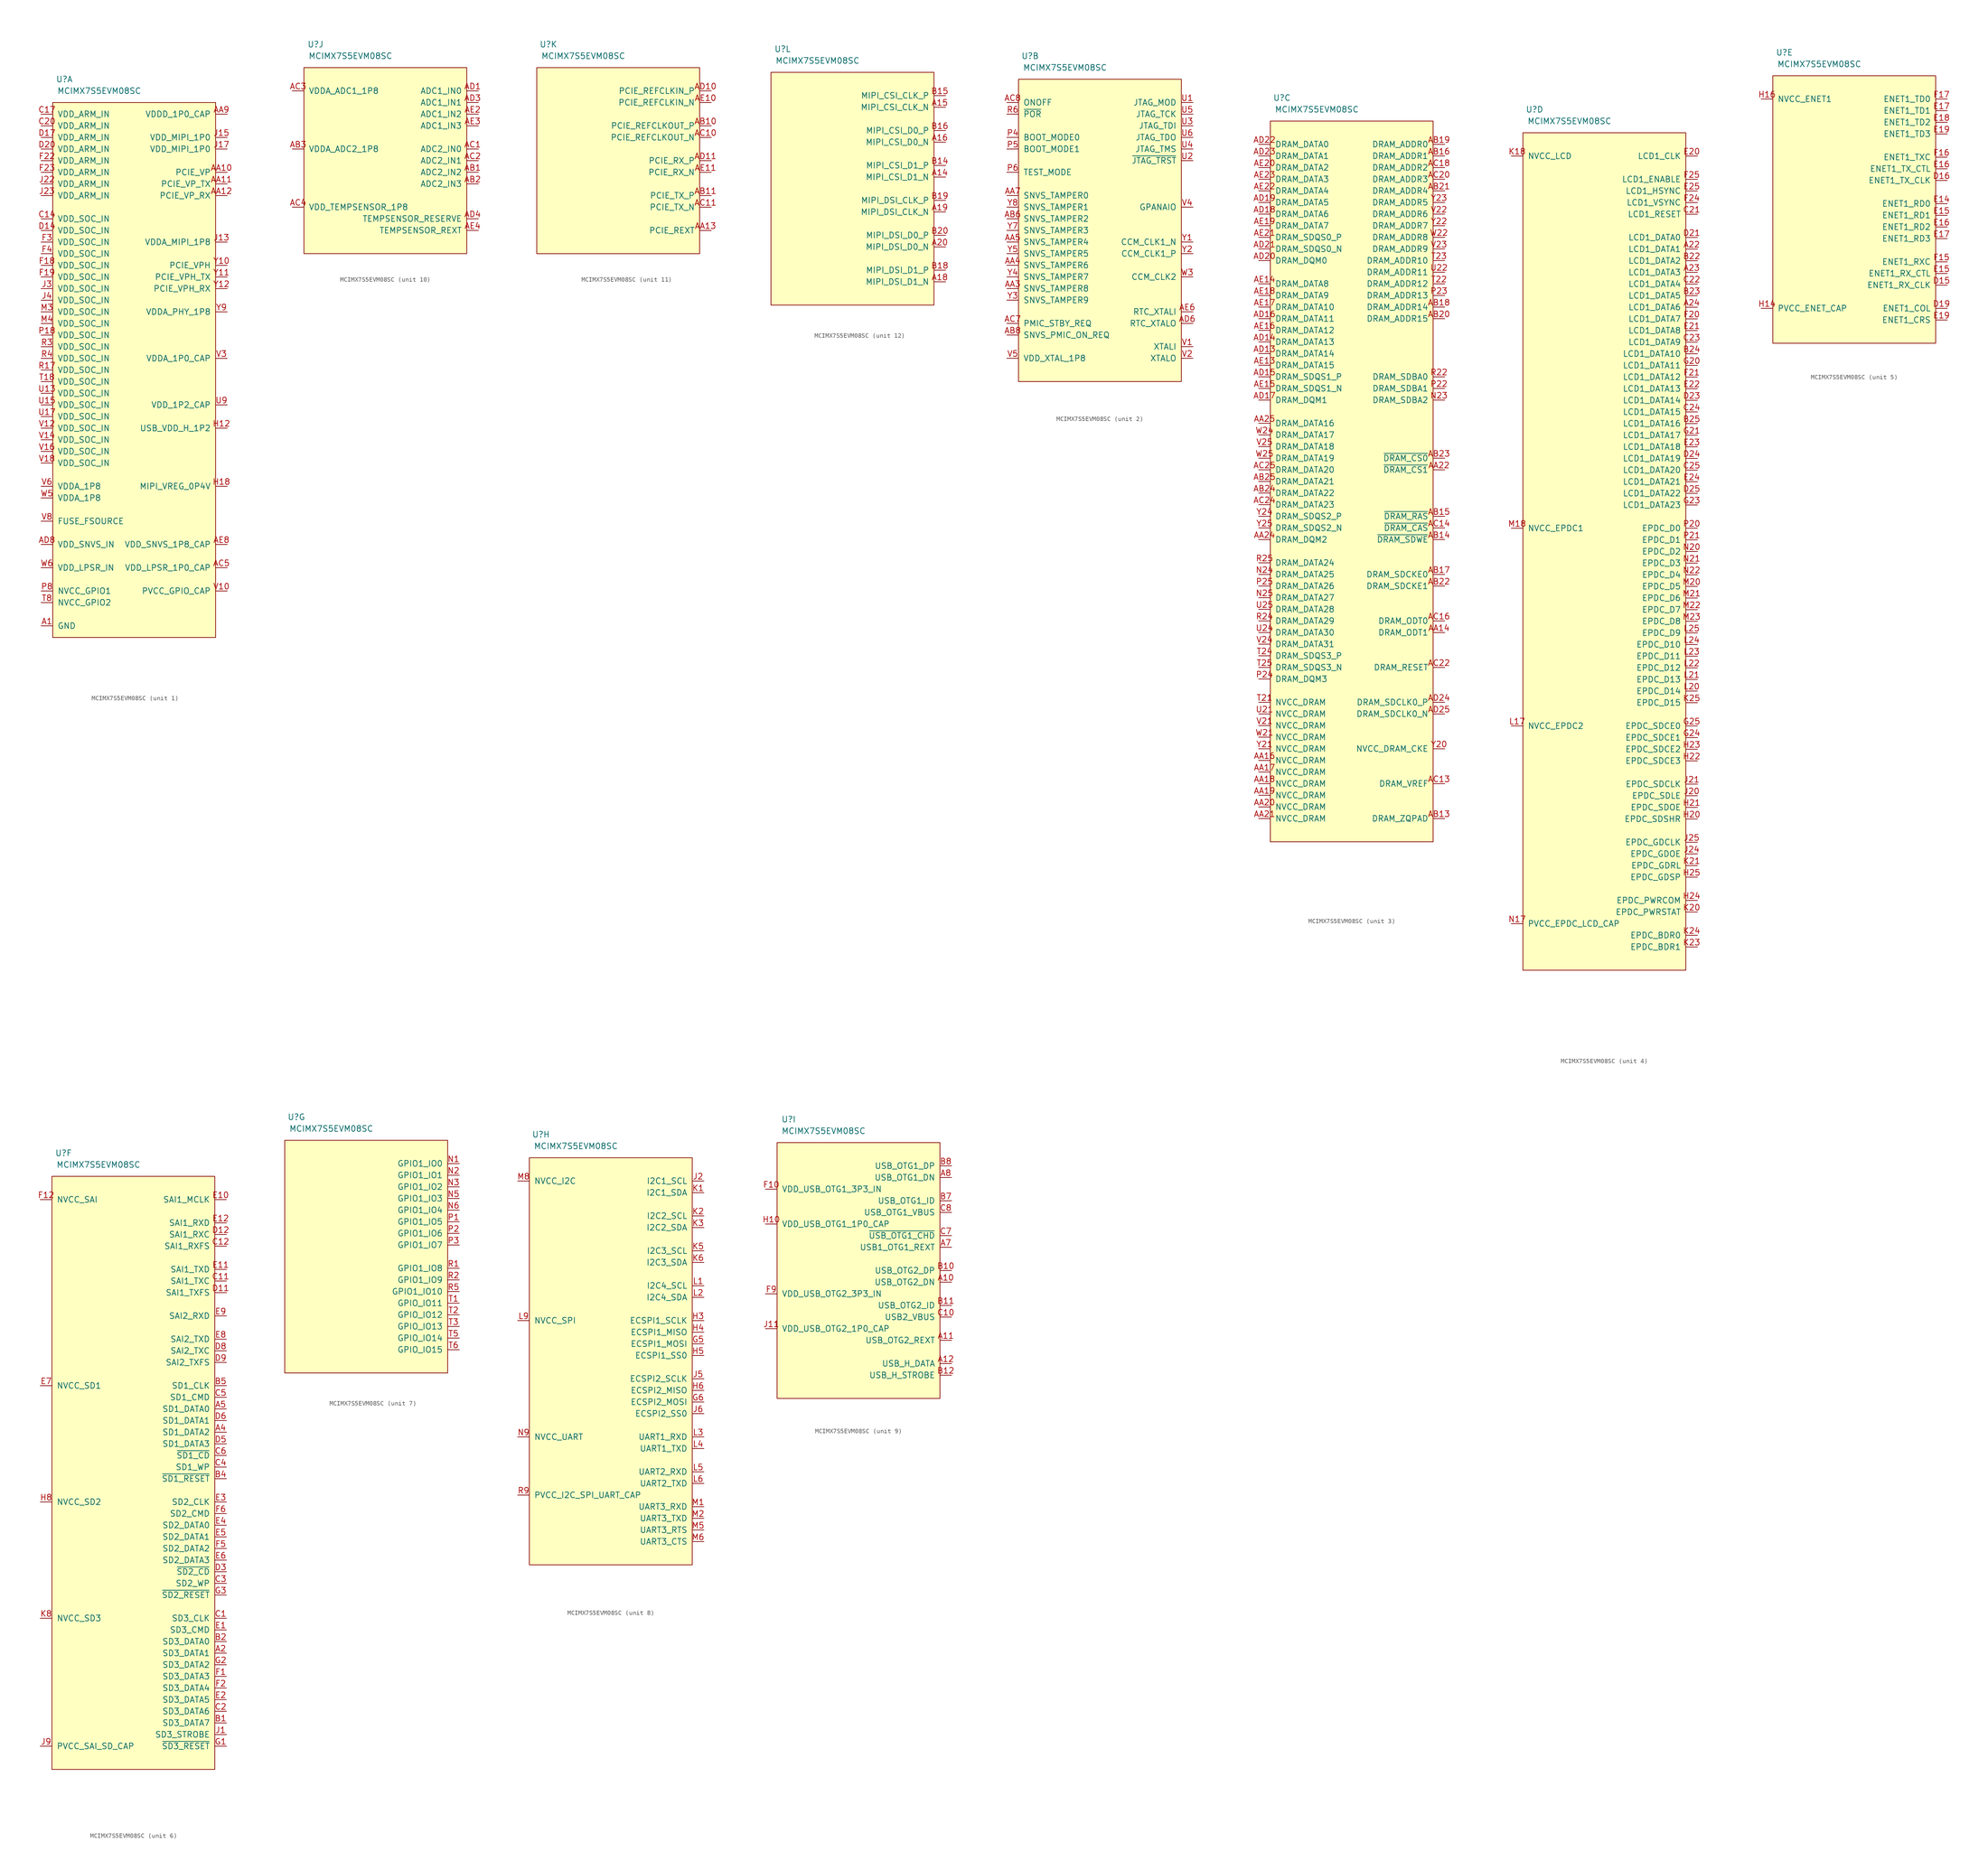
<source format=kicad_sym>
(kicad_symbol_lib
  (version 20231120)
  (generator "kicad_symbol_editor")
  (generator_version "8.0")
  (symbol "MCIMX7S5EVM08SC"
    (pin_names
      (offset 1.016))
    (property "Reference" "U"
      (at -15.24 60.96 0)
      (effects (font (size 1.27 1.27))))
    (property "Value" "MCIMX7S5EVM08SC"
      (at -7.62 58.42 0)
      (effects (font (size 1.27 1.27))))
    (property "ki_locked" ""
      (at 0 0 0)
      (effects (font (size 1.27 1.27))))
    (symbol "MCIMX7S5EVM08SC_1_1"
      (rectangle (start -17.78 55.88) (end 17.78 -60.96) (stroke (width 0) (type default)) (fill (type background)))
      (pin passive line (at -20.32 -58.42 0) (length 2.54) (name "GND" (effects (font (size 1.27 1.27)))) (number "A1" (effects (font (size 1.27 1.27)))))
      (pin passive line (at -20.32 -58.42 0) (length 2.54) hide (name "GND" (effects (font (size 1.27 1.27)))) (number "A13" (effects (font (size 1.27 1.27)))))
      (pin passive line (at -20.32 -58.42 0) (length 2.54) hide (name "GND" (effects (font (size 1.27 1.27)))) (number "A17" (effects (font (size 1.27 1.27)))))
      (pin passive line (at -20.32 -58.42 0) (length 2.54) hide (name "GND" (effects (font (size 1.27 1.27)))) (number "A21" (effects (font (size 1.27 1.27)))))
      (pin passive line (at -20.32 -58.42 0) (length 2.54) hide (name "GND" (effects (font (size 1.27 1.27)))) (number "A25" (effects (font (size 1.27 1.27)))))
      (pin passive line (at -20.32 -58.42 0) (length 2.54) hide (name "GND" (effects (font (size 1.27 1.27)))) (number "A3" (effects (font (size 1.27 1.27)))))
      (pin passive line (at -20.32 -58.42 0) (length 2.54) hide (name "GND" (effects (font (size 1.27 1.27)))) (number "A6" (effects (font (size 1.27 1.27)))))
      (pin passive line (at -20.32 -58.42 0) (length 2.54) hide (name "GND" (effects (font (size 1.27 1.27)))) (number "A9" (effects (font (size 1.27 1.27)))))
      (pin passive line (at -20.32 -58.42 0) (length 2.54) hide (name "GND" (effects (font (size 1.27 1.27)))) (number "AA1" (effects (font (size 1.27 1.27)))))
      (pin power_in line (at 20.32 40.64 180) (length 2.54) (name "PCIE_VP" (effects (font (size 1.27 1.27)))) (number "AA10" (effects (font (size 1.27 1.27)))))
      (pin power_in line (at 20.32 38.1 180) (length 2.54) (name "PCIE_VP_TX" (effects (font (size 1.27 1.27)))) (number "AA11" (effects (font (size 1.27 1.27)))))
      (pin power_in line (at 20.32 35.56 180) (length 2.54) (name "PCIE_VP_RX" (effects (font (size 1.27 1.27)))) (number "AA12" (effects (font (size 1.27 1.27)))))
      (pin passive line (at -20.32 -58.42 0) (length 2.54) hide (name "GND" (effects (font (size 1.27 1.27)))) (number "AA15" (effects (font (size 1.27 1.27)))))
      (pin passive line (at -20.32 -58.42 0) (length 2.54) hide (name "GND" (effects (font (size 1.27 1.27)))) (number "AA2" (effects (font (size 1.27 1.27)))))
      (pin passive line (at -20.32 -58.42 0) (length 2.54) hide (name "GND" (effects (font (size 1.27 1.27)))) (number "AA23" (effects (font (size 1.27 1.27)))))
      (pin passive line (at -20.32 -58.42 0) (length 2.54) hide (name "GND" (effects (font (size 1.27 1.27)))) (number "AA6" (effects (font (size 1.27 1.27)))))
      (pin passive line (at -20.32 -58.42 0) (length 2.54) hide (name "GND" (effects (font (size 1.27 1.27)))) (number "AA8" (effects (font (size 1.27 1.27)))))
      (pin power_out line (at 20.32 53.34 180) (length 2.54) (name "VDDD_1P0_CAP" (effects (font (size 1.27 1.27)))) (number "AA9" (effects (font (size 1.27 1.27)))))
      (pin passive line (at -20.32 -58.42 0) (length 2.54) hide (name "GND" (effects (font (size 1.27 1.27)))) (number "AB12" (effects (font (size 1.27 1.27)))))
      (pin passive line (at -20.32 -58.42 0) (length 2.54) hide (name "GND" (effects (font (size 1.27 1.27)))) (number "AB4" (effects (font (size 1.27 1.27)))))
      (pin passive line (at -20.32 -58.42 0) (length 2.54) hide (name "GND" (effects (font (size 1.27 1.27)))) (number "AB5" (effects (font (size 1.27 1.27)))))
      (pin passive line (at -20.32 -58.42 0) (length 2.54) hide (name "GND" (effects (font (size 1.27 1.27)))) (number "AB7" (effects (font (size 1.27 1.27)))))
      (pin passive line (at -20.32 -58.42 0) (length 2.54) hide (name "GND" (effects (font (size 1.27 1.27)))) (number "AB9" (effects (font (size 1.27 1.27)))))
      (pin passive line (at -20.32 -58.42 0) (length 2.54) hide (name "GND" (effects (font (size 1.27 1.27)))) (number "AC12" (effects (font (size 1.27 1.27)))))
      (pin passive line (at -20.32 -58.42 0) (length 2.54) hide (name "GND" (effects (font (size 1.27 1.27)))) (number "AC15" (effects (font (size 1.27 1.27)))))
      (pin passive line (at -20.32 -58.42 0) (length 2.54) hide (name "GND" (effects (font (size 1.27 1.27)))) (number "AC17" (effects (font (size 1.27 1.27)))))
      (pin passive line (at -20.32 -58.42 0) (length 2.54) hide (name "GND" (effects (font (size 1.27 1.27)))) (number "AC19" (effects (font (size 1.27 1.27)))))
      (pin passive line (at -20.32 -58.42 0) (length 2.54) hide (name "GND" (effects (font (size 1.27 1.27)))) (number "AC21" (effects (font (size 1.27 1.27)))))
      (pin passive line (at -20.32 -58.42 0) (length 2.54) hide (name "GND" (effects (font (size 1.27 1.27)))) (number "AC23" (effects (font (size 1.27 1.27)))))
      (pin power_out line (at 20.32 -45.72 180) (length 2.54) (name "VDD_LPSR_1P0_CAP" (effects (font (size 1.27 1.27)))) (number "AC5" (effects (font (size 1.27 1.27)))))
      (pin passive line (at -20.32 -58.42 0) (length 2.54) hide (name "GND" (effects (font (size 1.27 1.27)))) (number "AC6" (effects (font (size 1.27 1.27)))))
      (pin passive line (at -20.32 -58.42 0) (length 2.54) hide (name "GND" (effects (font (size 1.27 1.27)))) (number "AC9" (effects (font (size 1.27 1.27)))))
      (pin passive line (at -20.32 -58.42 0) (length 2.54) hide (name "GND" (effects (font (size 1.27 1.27)))) (number "AD12" (effects (font (size 1.27 1.27)))))
      (pin passive line (at -20.32 -58.42 0) (length 2.54) hide (name "GND" (effects (font (size 1.27 1.27)))) (number "AD2" (effects (font (size 1.27 1.27)))))
      (pin passive line (at -20.32 -58.42 0) (length 2.54) hide (name "GND" (effects (font (size 1.27 1.27)))) (number "AD5" (effects (font (size 1.27 1.27)))))
      (pin passive line (at -20.32 -58.42 0) (length 2.54) hide (name "GND" (effects (font (size 1.27 1.27)))) (number "AD7" (effects (font (size 1.27 1.27)))))
      (pin power_in line (at -20.32 -40.64 0) (length 2.54) (name "VDD_SNVS_IN" (effects (font (size 1.27 1.27)))) (number "AD8" (effects (font (size 1.27 1.27)))))
      (pin passive line (at -20.32 -58.42 0) (length 2.54) hide (name "GND" (effects (font (size 1.27 1.27)))) (number "AD9" (effects (font (size 1.27 1.27)))))
      (pin passive line (at -20.32 -58.42 0) (length 2.54) hide (name "GND" (effects (font (size 1.27 1.27)))) (number "AE1" (effects (font (size 1.27 1.27)))))
      (pin passive line (at -20.32 -58.42 0) (length 2.54) hide (name "GND" (effects (font (size 1.27 1.27)))) (number "AE12" (effects (font (size 1.27 1.27)))))
      (pin passive line (at -20.32 -58.42 0) (length 2.54) hide (name "GND" (effects (font (size 1.27 1.27)))) (number "AE24" (effects (font (size 1.27 1.27)))))
      (pin passive line (at -20.32 -58.42 0) (length 2.54) hide (name "GND" (effects (font (size 1.27 1.27)))) (number "AE25" (effects (font (size 1.27 1.27)))))
      (pin passive line (at -20.32 -58.42 0) (length 2.54) hide (name "GND" (effects (font (size 1.27 1.27)))) (number "AE5" (effects (font (size 1.27 1.27)))))
      (pin passive line (at -20.32 -58.42 0) (length 2.54) hide (name "GND" (effects (font (size 1.27 1.27)))) (number "AE7" (effects (font (size 1.27 1.27)))))
      (pin power_out line (at 20.32 -40.64 180) (length 2.54) (name "VDD_SNVS_1P8_CAP" (effects (font (size 1.27 1.27)))) (number "AE8" (effects (font (size 1.27 1.27)))))
      (pin passive line (at -20.32 -58.42 0) (length 2.54) hide (name "GND" (effects (font (size 1.27 1.27)))) (number "AE9" (effects (font (size 1.27 1.27)))))
      (pin passive line (at -20.32 -58.42 0) (length 2.54) hide (name "GND" (effects (font (size 1.27 1.27)))) (number "B13" (effects (font (size 1.27 1.27)))))
      (pin passive line (at -20.32 -58.42 0) (length 2.54) hide (name "GND" (effects (font (size 1.27 1.27)))) (number "B17" (effects (font (size 1.27 1.27)))))
      (pin passive line (at -20.32 -58.42 0) (length 2.54) hide (name "GND" (effects (font (size 1.27 1.27)))) (number "B21" (effects (font (size 1.27 1.27)))))
      (pin passive line (at -20.32 -58.42 0) (length 2.54) hide (name "GND" (effects (font (size 1.27 1.27)))) (number "B3" (effects (font (size 1.27 1.27)))))
      (pin passive line (at -20.32 -58.42 0) (length 2.54) hide (name "GND" (effects (font (size 1.27 1.27)))) (number "B6" (effects (font (size 1.27 1.27)))))
      (pin passive line (at -20.32 -58.42 0) (length 2.54) hide (name "GND" (effects (font (size 1.27 1.27)))) (number "B9" (effects (font (size 1.27 1.27)))))
      (pin passive line (at -20.32 -58.42 0) (length 2.54) hide (name "GND" (effects (font (size 1.27 1.27)))) (number "C13" (effects (font (size 1.27 1.27)))))
      (pin power_in line (at -20.32 30.48 0) (length 2.54) (name "VDD_SOC_IN" (effects (font (size 1.27 1.27)))) (number "C14" (effects (font (size 1.27 1.27)))))
      (pin passive line (at -20.32 -58.42 0) (length 2.54) hide (name "GND" (effects (font (size 1.27 1.27)))) (number "C15" (effects (font (size 1.27 1.27)))))
      (pin passive line (at -20.32 -58.42 0) (length 2.54) hide (name "GND" (effects (font (size 1.27 1.27)))) (number "C16" (effects (font (size 1.27 1.27)))))
      (pin power_in line (at -20.32 53.34 0) (length 2.54) (name "VDD_ARM_IN" (effects (font (size 1.27 1.27)))) (number "C17" (effects (font (size 1.27 1.27)))))
      (pin passive line (at -20.32 -58.42 0) (length 2.54) hide (name "GND" (effects (font (size 1.27 1.27)))) (number "C18" (effects (font (size 1.27 1.27)))))
      (pin passive line (at -20.32 -58.42 0) (length 2.54) hide (name "GND" (effects (font (size 1.27 1.27)))) (number "C19" (effects (font (size 1.27 1.27)))))
      (pin power_in line (at -20.32 50.8 0) (length 2.54) (name "VDD_ARM_IN" (effects (font (size 1.27 1.27)))) (number "C20" (effects (font (size 1.27 1.27)))))
      (pin passive line (at -20.32 -58.42 0) (length 2.54) hide (name "GND" (effects (font (size 1.27 1.27)))) (number "C9" (effects (font (size 1.27 1.27)))))
      (pin passive line (at -20.32 -58.42 0) (length 2.54) hide (name "GND" (effects (font (size 1.27 1.27)))) (number "D1" (effects (font (size 1.27 1.27)))))
      (pin passive line (at -20.32 -58.42 0) (length 2.54) hide (name "GND" (effects (font (size 1.27 1.27)))) (number "D10" (effects (font (size 1.27 1.27)))))
      (pin power_in line (at -20.32 27.94 0) (length 2.54) (name "VDD_SOC_IN" (effects (font (size 1.27 1.27)))) (number "D14" (effects (font (size 1.27 1.27)))))
      (pin power_in line (at -20.32 48.26 0) (length 2.54) (name "VDD_ARM_IN" (effects (font (size 1.27 1.27)))) (number "D17" (effects (font (size 1.27 1.27)))))
      (pin passive line (at -20.32 -58.42 0) (length 2.54) hide (name "GND" (effects (font (size 1.27 1.27)))) (number "D2" (effects (font (size 1.27 1.27)))))
      (pin power_in line (at -20.32 45.72 0) (length 2.54) (name "VDD_ARM_IN" (effects (font (size 1.27 1.27)))) (number "D20" (effects (font (size 1.27 1.27)))))
      (pin passive line (at -20.32 -58.42 0) (length 2.54) hide (name "GND" (effects (font (size 1.27 1.27)))) (number "D22" (effects (font (size 1.27 1.27)))))
      (pin passive line (at -20.32 -58.42 0) (length 2.54) hide (name "GND" (effects (font (size 1.27 1.27)))) (number "D4" (effects (font (size 1.27 1.27)))))
      (pin passive line (at -20.32 -58.42 0) (length 2.54) hide (name "GND" (effects (font (size 1.27 1.27)))) (number "D7" (effects (font (size 1.27 1.27)))))
      (pin passive line (at -20.32 -58.42 0) (length 2.54) hide (name "GND" (effects (font (size 1.27 1.27)))) (number "F11" (effects (font (size 1.27 1.27)))))
      (pin passive line (at -20.32 -58.42 0) (length 2.54) hide (name "GND" (effects (font (size 1.27 1.27)))) (number "F13" (effects (font (size 1.27 1.27)))))
      (pin power_in line (at -20.32 20.32 0) (length 2.54) (name "VDD_SOC_IN" (effects (font (size 1.27 1.27)))) (number "F18" (effects (font (size 1.27 1.27)))))
      (pin power_in line (at -20.32 17.78 0) (length 2.54) (name "VDD_SOC_IN" (effects (font (size 1.27 1.27)))) (number "F19" (effects (font (size 1.27 1.27)))))
      (pin power_in line (at -20.32 43.18 0) (length 2.54) (name "VDD_ARM_IN" (effects (font (size 1.27 1.27)))) (number "F22" (effects (font (size 1.27 1.27)))))
      (pin power_in line (at -20.32 40.64 0) (length 2.54) (name "VDD_ARM_IN" (effects (font (size 1.27 1.27)))) (number "F23" (effects (font (size 1.27 1.27)))))
      (pin power_in line (at -20.32 25.4 0) (length 2.54) (name "VDD_SOC_IN" (effects (font (size 1.27 1.27)))) (number "F3" (effects (font (size 1.27 1.27)))))
      (pin power_in line (at -20.32 22.86 0) (length 2.54) (name "VDD_SOC_IN" (effects (font (size 1.27 1.27)))) (number "F4" (effects (font (size 1.27 1.27)))))
      (pin passive line (at -20.32 -58.42 0) (length 2.54) hide (name "GND" (effects (font (size 1.27 1.27)))) (number "F7" (effects (font (size 1.27 1.27)))))
      (pin passive line (at -20.32 -58.42 0) (length 2.54) hide (name "GND" (effects (font (size 1.27 1.27)))) (number "F8" (effects (font (size 1.27 1.27)))))
      (pin passive line (at -20.32 -58.42 0) (length 2.54) hide (name "GND" (effects (font (size 1.27 1.27)))) (number "G11" (effects (font (size 1.27 1.27)))))
      (pin passive line (at -20.32 -58.42 0) (length 2.54) hide (name "GND" (effects (font (size 1.27 1.27)))) (number "G13" (effects (font (size 1.27 1.27)))))
      (pin passive line (at -20.32 -58.42 0) (length 2.54) hide (name "GND" (effects (font (size 1.27 1.27)))) (number "G15" (effects (font (size 1.27 1.27)))))
      (pin passive line (at -20.32 -58.42 0) (length 2.54) hide (name "GND" (effects (font (size 1.27 1.27)))) (number "G17" (effects (font (size 1.27 1.27)))))
      (pin passive line (at -20.32 -58.42 0) (length 2.54) hide (name "GND" (effects (font (size 1.27 1.27)))) (number "G19" (effects (font (size 1.27 1.27)))))
      (pin passive line (at -20.32 -58.42 0) (length 2.54) hide (name "GND" (effects (font (size 1.27 1.27)))) (number "G22" (effects (font (size 1.27 1.27)))))
      (pin passive line (at -20.32 -58.42 0) (length 2.54) hide (name "GND" (effects (font (size 1.27 1.27)))) (number "G4" (effects (font (size 1.27 1.27)))))
      (pin passive line (at -20.32 -58.42 0) (length 2.54) hide (name "GND" (effects (font (size 1.27 1.27)))) (number "G7" (effects (font (size 1.27 1.27)))))
      (pin passive line (at -20.32 -58.42 0) (length 2.54) hide (name "GND" (effects (font (size 1.27 1.27)))) (number "G9" (effects (font (size 1.27 1.27)))))
      (pin passive line (at -20.32 -58.42 0) (length 2.54) hide (name "GND" (effects (font (size 1.27 1.27)))) (number "H1" (effects (font (size 1.27 1.27)))))
      (pin power_in line (at 20.32 -15.24 180) (length 2.54) (name "USB_VDD_H_1P2" (effects (font (size 1.27 1.27)))) (number "H12" (effects (font (size 1.27 1.27)))))
      (pin power_out line (at 20.32 -27.94 180) (length 2.54) (name "MIPI_VREG_0P4V" (effects (font (size 1.27 1.27)))) (number "H18" (effects (font (size 1.27 1.27)))))
      (pin passive line (at -20.32 -58.42 0) (length 2.54) hide (name "GND" (effects (font (size 1.27 1.27)))) (number "H2" (effects (font (size 1.27 1.27)))))
      (pin power_in line (at 20.32 25.4 180) (length 2.54) (name "VDDA_MIPI_1P8" (effects (font (size 1.27 1.27)))) (number "J13" (effects (font (size 1.27 1.27)))))
      (pin power_out line (at 20.32 48.26 180) (length 2.54) (name "VDD_MIPI_1P0" (effects (font (size 1.27 1.27)))) (number "J15" (effects (font (size 1.27 1.27)))))
      (pin power_in line (at 20.32 45.72 180) (length 2.54) (name "VDD_MIPI_1P0" (effects (font (size 1.27 1.27)))) (number "J17" (effects (font (size 1.27 1.27)))))
      (pin passive line (at -20.32 -58.42 0) (length 2.54) hide (name "GND" (effects (font (size 1.27 1.27)))) (number "J19" (effects (font (size 1.27 1.27)))))
      (pin power_in line (at -20.32 38.1 0) (length 2.54) (name "VDD_ARM_IN" (effects (font (size 1.27 1.27)))) (number "J22" (effects (font (size 1.27 1.27)))))
      (pin power_in line (at -20.32 35.56 0) (length 2.54) (name "VDD_ARM_IN" (effects (font (size 1.27 1.27)))) (number "J23" (effects (font (size 1.27 1.27)))))
      (pin power_in line (at -20.32 15.24 0) (length 2.54) (name "VDD_SOC_IN" (effects (font (size 1.27 1.27)))) (number "J3" (effects (font (size 1.27 1.27)))))
      (pin power_in line (at -20.32 12.7 0) (length 2.54) (name "VDD_SOC_IN" (effects (font (size 1.27 1.27)))) (number "J4" (effects (font (size 1.27 1.27)))))
      (pin passive line (at -20.32 -58.42 0) (length 2.54) hide (name "GND" (effects (font (size 1.27 1.27)))) (number "J7" (effects (font (size 1.27 1.27)))))
      (pin passive line (at -20.32 -58.42 0) (length 2.54) hide (name "GND" (effects (font (size 1.27 1.27)))) (number "K10" (effects (font (size 1.27 1.27)))))
      (pin passive line (at -20.32 -58.42 0) (length 2.54) hide (name "GND" (effects (font (size 1.27 1.27)))) (number "K12" (effects (font (size 1.27 1.27)))))
      (pin passive line (at -20.32 -58.42 0) (length 2.54) hide (name "GND" (effects (font (size 1.27 1.27)))) (number "K14" (effects (font (size 1.27 1.27)))))
      (pin passive line (at -20.32 -58.42 0) (length 2.54) hide (name "GND" (effects (font (size 1.27 1.27)))) (number "K16" (effects (font (size 1.27 1.27)))))
      (pin passive line (at -20.32 -58.42 0) (length 2.54) hide (name "GND" (effects (font (size 1.27 1.27)))) (number "K22" (effects (font (size 1.27 1.27)))))
      (pin passive line (at -20.32 -58.42 0) (length 2.54) hide (name "GND" (effects (font (size 1.27 1.27)))) (number "K4" (effects (font (size 1.27 1.27)))))
      (pin passive line (at -20.32 -58.42 0) (length 2.54) hide (name "GND" (effects (font (size 1.27 1.27)))) (number "L11" (effects (font (size 1.27 1.27)))))
      (pin passive line (at -20.32 -58.42 0) (length 2.54) hide (name "GND" (effects (font (size 1.27 1.27)))) (number "L13" (effects (font (size 1.27 1.27)))))
      (pin passive line (at -20.32 -58.42 0) (length 2.54) hide (name "GND" (effects (font (size 1.27 1.27)))) (number "L15" (effects (font (size 1.27 1.27)))))
      (pin passive line (at -20.32 -58.42 0) (length 2.54) hide (name "GND" (effects (font (size 1.27 1.27)))) (number "L19" (effects (font (size 1.27 1.27)))))
      (pin passive line (at -20.32 -58.42 0) (length 2.54) hide (name "GND" (effects (font (size 1.27 1.27)))) (number "L7" (effects (font (size 1.27 1.27)))))
      (pin passive line (at -20.32 -58.42 0) (length 2.54) hide (name "GND" (effects (font (size 1.27 1.27)))) (number "M10" (effects (font (size 1.27 1.27)))))
      (pin passive line (at -20.32 -58.42 0) (length 2.54) hide (name "GND" (effects (font (size 1.27 1.27)))) (number "M12" (effects (font (size 1.27 1.27)))))
      (pin passive line (at -20.32 -58.42 0) (length 2.54) hide (name "GND" (effects (font (size 1.27 1.27)))) (number "M14" (effects (font (size 1.27 1.27)))))
      (pin passive line (at -20.32 -58.42 0) (length 2.54) hide (name "GND" (effects (font (size 1.27 1.27)))) (number "M16" (effects (font (size 1.27 1.27)))))
      (pin passive line (at -20.32 -58.42 0) (length 2.54) hide (name "GND" (effects (font (size 1.27 1.27)))) (number "M24" (effects (font (size 1.27 1.27)))))
      (pin passive line (at -20.32 -58.42 0) (length 2.54) hide (name "GND" (effects (font (size 1.27 1.27)))) (number "M25" (effects (font (size 1.27 1.27)))))
      (pin power_in line (at -20.32 10.16 0) (length 2.54) (name "VDD_SOC_IN" (effects (font (size 1.27 1.27)))) (number "M3" (effects (font (size 1.27 1.27)))))
      (pin power_in line (at -20.32 7.62 0) (length 2.54) (name "VDD_SOC_IN" (effects (font (size 1.27 1.27)))) (number "M4" (effects (font (size 1.27 1.27)))))
      (pin passive line (at -20.32 -58.42 0) (length 2.54) hide (name "GND" (effects (font (size 1.27 1.27)))) (number "N11" (effects (font (size 1.27 1.27)))))
      (pin passive line (at -20.32 -58.42 0) (length 2.54) hide (name "GND" (effects (font (size 1.27 1.27)))) (number "N13" (effects (font (size 1.27 1.27)))))
      (pin passive line (at -20.32 -58.42 0) (length 2.54) hide (name "GND" (effects (font (size 1.27 1.27)))) (number "N15" (effects (font (size 1.27 1.27)))))
      (pin passive line (at -20.32 -58.42 0) (length 2.54) hide (name "GND" (effects (font (size 1.27 1.27)))) (number "N19" (effects (font (size 1.27 1.27)))))
      (pin passive line (at -20.32 -58.42 0) (length 2.54) hide (name "GND" (effects (font (size 1.27 1.27)))) (number "N4" (effects (font (size 1.27 1.27)))))
      (pin passive line (at -20.32 -58.42 0) (length 2.54) hide (name "GND" (effects (font (size 1.27 1.27)))) (number "N7" (effects (font (size 1.27 1.27)))))
      (pin passive line (at -20.32 -58.42 0) (length 2.54) hide (name "GND" (effects (font (size 1.27 1.27)))) (number "P10" (effects (font (size 1.27 1.27)))))
      (pin passive line (at -20.32 -58.42 0) (length 2.54) hide (name "GND" (effects (font (size 1.27 1.27)))) (number "P12" (effects (font (size 1.27 1.27)))))
      (pin passive line (at -20.32 -58.42 0) (length 2.54) hide (name "GND" (effects (font (size 1.27 1.27)))) (number "P14" (effects (font (size 1.27 1.27)))))
      (pin passive line (at -20.32 -58.42 0) (length 2.54) hide (name "GND" (effects (font (size 1.27 1.27)))) (number "P16" (effects (font (size 1.27 1.27)))))
      (pin power_in line (at -20.32 5.08 0) (length 2.54) (name "VDD_SOC_IN" (effects (font (size 1.27 1.27)))) (number "P18" (effects (font (size 1.27 1.27)))))
      (pin power_in line (at -20.32 -50.8 0) (length 2.54) (name "NVCC_GPIO1" (effects (font (size 1.27 1.27)))) (number "P8" (effects (font (size 1.27 1.27)))))
      (pin passive line (at -20.32 -58.42 0) (length 2.54) hide (name "GND" (effects (font (size 1.27 1.27)))) (number "R11" (effects (font (size 1.27 1.27)))))
      (pin passive line (at -20.32 -58.42 0) (length 2.54) hide (name "GND" (effects (font (size 1.27 1.27)))) (number "R13" (effects (font (size 1.27 1.27)))))
      (pin passive line (at -20.32 -58.42 0) (length 2.54) hide (name "GND" (effects (font (size 1.27 1.27)))) (number "R15" (effects (font (size 1.27 1.27)))))
      (pin power_in line (at -20.32 -2.54 0) (length 2.54) (name "VDD_SOC_IN" (effects (font (size 1.27 1.27)))) (number "R17" (effects (font (size 1.27 1.27)))))
      (pin passive line (at -20.32 -58.42 0) (length 2.54) hide (name "GND" (effects (font (size 1.27 1.27)))) (number "R19" (effects (font (size 1.27 1.27)))))
      (pin passive line (at -20.32 -58.42 0) (length 2.54) hide (name "GND" (effects (font (size 1.27 1.27)))) (number "R19" (effects (font (size 1.27 1.27)))))
      (pin passive line (at -20.32 -58.42 0) (length 2.54) hide (name "GND" (effects (font (size 1.27 1.27)))) (number "R20" (effects (font (size 1.27 1.27)))))
      (pin passive line (at -20.32 -58.42 0) (length 2.54) hide (name "GND" (effects (font (size 1.27 1.27)))) (number "R21" (effects (font (size 1.27 1.27)))))
      (pin passive line (at -20.32 -58.42 0) (length 2.54) hide (name "GND" (effects (font (size 1.27 1.27)))) (number "R23" (effects (font (size 1.27 1.27)))))
      (pin power_in line (at -20.32 2.54 0) (length 2.54) (name "VDD_SOC_IN" (effects (font (size 1.27 1.27)))) (number "R3" (effects (font (size 1.27 1.27)))))
      (pin power_in line (at -20.32 0 0) (length 2.54) (name "VDD_SOC_IN" (effects (font (size 1.27 1.27)))) (number "R4" (effects (font (size 1.27 1.27)))))
      (pin passive line (at -20.32 -58.42 0) (length 2.54) hide (name "GND" (effects (font (size 1.27 1.27)))) (number "R7" (effects (font (size 1.27 1.27)))))
      (pin passive line (at -20.32 -58.42 0) (length 2.54) hide (name "GND" (effects (font (size 1.27 1.27)))) (number "T10" (effects (font (size 1.27 1.27)))))
      (pin passive line (at -20.32 -58.42 0) (length 2.54) hide (name "GND" (effects (font (size 1.27 1.27)))) (number "T12" (effects (font (size 1.27 1.27)))))
      (pin passive line (at -20.32 -58.42 0) (length 2.54) hide (name "GND" (effects (font (size 1.27 1.27)))) (number "T14" (effects (font (size 1.27 1.27)))))
      (pin passive line (at -20.32 -58.42 0) (length 2.54) hide (name "GND" (effects (font (size 1.27 1.27)))) (number "T16" (effects (font (size 1.27 1.27)))))
      (pin power_in line (at -20.32 -5.08 0) (length 2.54) (name "VDD_SOC_IN" (effects (font (size 1.27 1.27)))) (number "T18" (effects (font (size 1.27 1.27)))))
      (pin passive line (at -20.32 -58.42 0) (length 2.54) hide (name "GND" (effects (font (size 1.27 1.27)))) (number "T20" (effects (font (size 1.27 1.27)))))
      (pin passive line (at -20.32 -58.42 0) (length 2.54) hide (name "GND" (effects (font (size 1.27 1.27)))) (number "T4" (effects (font (size 1.27 1.27)))))
      (pin power_in line (at -20.32 -53.34 0) (length 2.54) (name "NVCC_GPIO2" (effects (font (size 1.27 1.27)))) (number "T8" (effects (font (size 1.27 1.27)))))
      (pin passive line (at -20.32 -58.42 0) (length 2.54) hide (name "GND" (effects (font (size 1.27 1.27)))) (number "U11" (effects (font (size 1.27 1.27)))))
      (pin power_in line (at -20.32 -7.62 0) (length 2.54) (name "VDD_SOC_IN" (effects (font (size 1.27 1.27)))) (number "U13" (effects (font (size 1.27 1.27)))))
      (pin power_in line (at -20.32 -10.16 0) (length 2.54) (name "VDD_SOC_IN" (effects (font (size 1.27 1.27)))) (number "U15" (effects (font (size 1.27 1.27)))))
      (pin power_in line (at -20.32 -12.7 0) (length 2.54) (name "VDD_SOC_IN" (effects (font (size 1.27 1.27)))) (number "U17" (effects (font (size 1.27 1.27)))))
      (pin passive line (at -20.32 -58.42 0) (length 2.54) hide (name "GND" (effects (font (size 1.27 1.27)))) (number "U19" (effects (font (size 1.27 1.27)))))
      (pin passive line (at -20.32 -58.42 0) (length 2.54) hide (name "GND" (effects (font (size 1.27 1.27)))) (number "U20" (effects (font (size 1.27 1.27)))))
      (pin passive line (at -20.32 -58.42 0) (length 2.54) hide (name "GND" (effects (font (size 1.27 1.27)))) (number "U23" (effects (font (size 1.27 1.27)))))
      (pin passive line (at -20.32 -58.42 0) (length 2.54) hide (name "GND" (effects (font (size 1.27 1.27)))) (number "U7" (effects (font (size 1.27 1.27)))))
      (pin power_out line (at 20.32 -10.16 180) (length 2.54) (name "VDD_1P2_CAP" (effects (font (size 1.27 1.27)))) (number "U9" (effects (font (size 1.27 1.27)))))
      (pin power_out line (at 20.32 -50.8 180) (length 2.54) (name "PVCC_GPIO_CAP" (effects (font (size 1.27 1.27)))) (number "V10" (effects (font (size 1.27 1.27)))))
      (pin power_in line (at -20.32 -15.24 0) (length 2.54) (name "VDD_SOC_IN" (effects (font (size 1.27 1.27)))) (number "V12" (effects (font (size 1.27 1.27)))))
      (pin power_in line (at -20.32 -17.78 0) (length 2.54) (name "VDD_SOC_IN" (effects (font (size 1.27 1.27)))) (number "V14" (effects (font (size 1.27 1.27)))))
      (pin power_in line (at -20.32 -20.32 0) (length 2.54) (name "VDD_SOC_IN" (effects (font (size 1.27 1.27)))) (number "V16" (effects (font (size 1.27 1.27)))))
      (pin power_in line (at -20.32 -22.86 0) (length 2.54) (name "VDD_SOC_IN" (effects (font (size 1.27 1.27)))) (number "V18" (effects (font (size 1.27 1.27)))))
      (pin passive line (at -20.32 -58.42 0) (length 2.54) hide (name "GND" (effects (font (size 1.27 1.27)))) (number "V20" (effects (font (size 1.27 1.27)))))
      (pin power_out line (at 20.32 0 180) (length 2.54) (name "VDDA_1P0_CAP" (effects (font (size 1.27 1.27)))) (number "V3" (effects (font (size 1.27 1.27)))))
      (pin power_in line (at -20.32 -27.94 0) (length 2.54) (name "VDDA_1P8" (effects (font (size 1.27 1.27)))) (number "V6" (effects (font (size 1.27 1.27)))))
      (pin power_in line (at -20.32 -35.56 0) (length 2.54) (name "FUSE_FSOURCE" (effects (font (size 1.27 1.27)))) (number "V8" (effects (font (size 1.27 1.27)))))
      (pin passive line (at -20.32 -58.42 0) (length 2.54) hide (name "GND" (effects (font (size 1.27 1.27)))) (number "W1" (effects (font (size 1.27 1.27)))))
      (pin passive line (at -20.32 -58.42 0) (length 2.54) hide (name "GND" (effects (font (size 1.27 1.27)))) (number "W11" (effects (font (size 1.27 1.27)))))
      (pin passive line (at -20.32 -58.42 0) (length 2.54) hide (name "GND" (effects (font (size 1.27 1.27)))) (number "W13" (effects (font (size 1.27 1.27)))))
      (pin passive line (at -20.32 -58.42 0) (length 2.54) hide (name "GND" (effects (font (size 1.27 1.27)))) (number "W15" (effects (font (size 1.27 1.27)))))
      (pin passive line (at -20.32 -58.42 0) (length 2.54) hide (name "GND" (effects (font (size 1.27 1.27)))) (number "W17" (effects (font (size 1.27 1.27)))))
      (pin passive line (at -20.32 -58.42 0) (length 2.54) hide (name "GND" (effects (font (size 1.27 1.27)))) (number "W19" (effects (font (size 1.27 1.27)))))
      (pin passive line (at -20.32 -58.42 0) (length 2.54) hide (name "GND" (effects (font (size 1.27 1.27)))) (number "W2" (effects (font (size 1.27 1.27)))))
      (pin passive line (at -20.32 -58.42 0) (length 2.54) hide (name "GND" (effects (font (size 1.27 1.27)))) (number "W20" (effects (font (size 1.27 1.27)))))
      (pin passive line (at -20.32 -58.42 0) (length 2.54) hide (name "GND" (effects (font (size 1.27 1.27)))) (number "W23" (effects (font (size 1.27 1.27)))))
      (pin passive line (at -20.32 -58.42 0) (length 2.54) hide (name "GND" (effects (font (size 1.27 1.27)))) (number "W4" (effects (font (size 1.27 1.27)))))
      (pin power_in line (at -20.32 -30.48 0) (length 2.54) (name "VDDA_1P8" (effects (font (size 1.27 1.27)))) (number "W5" (effects (font (size 1.27 1.27)))))
      (pin power_in line (at -20.32 -45.72 0) (length 2.54) (name "VDD_LPSR_IN" (effects (font (size 1.27 1.27)))) (number "W6" (effects (font (size 1.27 1.27)))))
      (pin passive line (at -20.32 -58.42 0) (length 2.54) hide (name "GND" (effects (font (size 1.27 1.27)))) (number "W7" (effects (font (size 1.27 1.27)))))
      (pin passive line (at -20.32 -58.42 0) (length 2.54) hide (name "GND" (effects (font (size 1.27 1.27)))) (number "W9" (effects (font (size 1.27 1.27)))))
      (pin power_in line (at 20.32 20.32 180) (length 2.54) (name "PCIE_VPH" (effects (font (size 1.27 1.27)))) (number "Y10" (effects (font (size 1.27 1.27)))))
      (pin power_in line (at 20.32 17.78 180) (length 2.54) (name "PCIE_VPH_TX" (effects (font (size 1.27 1.27)))) (number "Y11" (effects (font (size 1.27 1.27)))))
      (pin power_in line (at 20.32 15.24 180) (length 2.54) (name "PCIE_VPH_RX" (effects (font (size 1.27 1.27)))) (number "Y12" (effects (font (size 1.27 1.27)))))
      (pin passive line (at -20.32 -58.42 0) (length 2.54) hide (name "GND" (effects (font (size 1.27 1.27)))) (number "Y13" (effects (font (size 1.27 1.27)))))
      (pin passive line (at -20.32 -58.42 0) (length 2.54) hide (name "GND" (effects (font (size 1.27 1.27)))) (number "Y14" (effects (font (size 1.27 1.27)))))
      (pin passive line (at -20.32 -58.42 0) (length 2.54) hide (name "GND" (effects (font (size 1.27 1.27)))) (number "Y15" (effects (font (size 1.27 1.27)))))
      (pin passive line (at -20.32 -58.42 0) (length 2.54) hide (name "GND" (effects (font (size 1.27 1.27)))) (number "Y16" (effects (font (size 1.27 1.27)))))
      (pin passive line (at -20.32 -58.42 0) (length 2.54) hide (name "GND" (effects (font (size 1.27 1.27)))) (number "Y17" (effects (font (size 1.27 1.27)))))
      (pin passive line (at -20.32 -58.42 0) (length 2.54) hide (name "GND" (effects (font (size 1.27 1.27)))) (number "Y18" (effects (font (size 1.27 1.27)))))
      (pin passive line (at -20.32 -58.42 0) (length 2.54) hide (name "GND" (effects (font (size 1.27 1.27)))) (number "Y19" (effects (font (size 1.27 1.27)))))
      (pin passive line (at -20.32 -58.42 0) (length 2.54) hide (name "GND" (effects (font (size 1.27 1.27)))) (number "Y6" (effects (font (size 1.27 1.27)))))
      (pin power_out line (at 20.32 10.16 180) (length 2.54) (name "VDDA_PHY_1P8" (effects (font (size 1.27 1.27)))) (number "Y9" (effects (font (size 1.27 1.27))))))
    (symbol "MCIMX7S5EVM08SC_2_1"
      (rectangle (start -17.78 55.88) (end 17.78 -10.16) (stroke (width 0) (type default)) (fill (type background)))
      (pin input line (at -20.32 10.16 0) (length 2.54) (name "SNVS_TAMPER8" (effects (font (size 1.27 1.27)))) (number "AA3" (effects (font (size 1.27 1.27)))))
      (pin input line (at -20.32 15.24 0) (length 2.54) (name "SNVS_TAMPER6" (effects (font (size 1.27 1.27)))) (number "AA4" (effects (font (size 1.27 1.27)))))
      (pin input line (at -20.32 20.32 0) (length 2.54) (name "SNVS_TAMPER4" (effects (font (size 1.27 1.27)))) (number "AA5" (effects (font (size 1.27 1.27)))))
      (pin input line (at -20.32 30.48 0) (length 2.54) (name "SNVS_TAMPER0" (effects (font (size 1.27 1.27)))) (number "AA7" (effects (font (size 1.27 1.27)))))
      (pin input line (at -20.32 25.4 0) (length 2.54) (name "SNVS_TAMPER2" (effects (font (size 1.27 1.27)))) (number "AB6" (effects (font (size 1.27 1.27)))))
      (pin output line (at -20.32 0 0) (length 2.54) (name "SNVS_PMIC_ON_REQ" (effects (font (size 1.27 1.27)))) (number "AB8" (effects (font (size 1.27 1.27)))))
      (pin output line (at -20.32 2.54 0) (length 2.54) (name "PMIC_STBY_REQ" (effects (font (size 1.27 1.27)))) (number "AC7" (effects (font (size 1.27 1.27)))))
      (pin input line (at -20.32 50.8 0) (length 2.54) (name "ONOFF" (effects (font (size 1.27 1.27)))) (number "AC8" (effects (font (size 1.27 1.27)))))
      (pin output line (at 20.32 2.54 180) (length 2.54) (name "RTC_XTALO" (effects (font (size 1.27 1.27)))) (number "AD6" (effects (font (size 1.27 1.27)))))
      (pin input line (at 20.32 5.08 180) (length 2.54) (name "RTC_XTALI" (effects (font (size 1.27 1.27)))) (number "AE6" (effects (font (size 1.27 1.27)))))
      (pin input line (at -20.32 43.18 0) (length 2.54) (name "BOOT_MODE0" (effects (font (size 1.27 1.27)))) (number "P4" (effects (font (size 1.27 1.27)))))
      (pin input line (at -20.32 40.64 0) (length 2.54) (name "BOOT_MODE1" (effects (font (size 1.27 1.27)))) (number "P5" (effects (font (size 1.27 1.27)))))
      (pin input line (at -20.32 35.56 0) (length 2.54) (name "TEST_MODE" (effects (font (size 1.27 1.27)))) (number "P6" (effects (font (size 1.27 1.27)))))
      (pin input line (at -20.32 48.26 0) (length 2.54) (name "~{POR}" (effects (font (size 1.27 1.27)))) (number "R6" (effects (font (size 1.27 1.27)))))
      (pin input line (at 20.32 50.8 180) (length 2.54) (name "JTAG_MOD" (effects (font (size 1.27 1.27)))) (number "U1" (effects (font (size 1.27 1.27)))))
      (pin input line (at 20.32 38.1 180) (length 2.54) (name "~{JTAG_TRST}" (effects (font (size 1.27 1.27)))) (number "U2" (effects (font (size 1.27 1.27)))))
      (pin input line (at 20.32 45.72 180) (length 2.54) (name "JTAG_TDI" (effects (font (size 1.27 1.27)))) (number "U3" (effects (font (size 1.27 1.27)))))
      (pin input line (at 20.32 40.64 180) (length 2.54) (name "JTAG_TMS" (effects (font (size 1.27 1.27)))) (number "U4" (effects (font (size 1.27 1.27)))))
      (pin input line (at 20.32 48.26 180) (length 2.54) (name "JTAG_TCK" (effects (font (size 1.27 1.27)))) (number "U5" (effects (font (size 1.27 1.27)))))
      (pin output line (at 20.32 43.18 180) (length 2.54) (name "JTAG_TDO" (effects (font (size 1.27 1.27)))) (number "U6" (effects (font (size 1.27 1.27)))))
      (pin input line (at 20.32 -2.54 180) (length 2.54) (name "XTALI" (effects (font (size 1.27 1.27)))) (number "V1" (effects (font (size 1.27 1.27)))))
      (pin output line (at 20.32 -5.08 180) (length 2.54) (name "XTALO" (effects (font (size 1.27 1.27)))) (number "V2" (effects (font (size 1.27 1.27)))))
      (pin output line (at 20.32 27.94 180) (length 2.54) (name "GPANAIO" (effects (font (size 1.27 1.27)))) (number "V4" (effects (font (size 1.27 1.27)))))
      (pin power_in line (at -20.32 -5.08 0) (length 2.54) (name "VDD_XTAL_1P8" (effects (font (size 1.27 1.27)))) (number "V5" (effects (font (size 1.27 1.27)))))
      (pin output line (at 20.32 12.7 180) (length 2.54) (name "CCM_CLK2" (effects (font (size 1.27 1.27)))) (number "W3" (effects (font (size 1.27 1.27)))))
      (pin output line (at 20.32 20.32 180) (length 2.54) (name "CCM_CLK1_N" (effects (font (size 1.27 1.27)))) (number "Y1" (effects (font (size 1.27 1.27)))))
      (pin output line (at 20.32 17.78 180) (length 2.54) (name "CCM_CLK1_P" (effects (font (size 1.27 1.27)))) (number "Y2" (effects (font (size 1.27 1.27)))))
      (pin input line (at -20.32 7.62 0) (length 2.54) (name "SNVS_TAMPER9" (effects (font (size 1.27 1.27)))) (number "Y3" (effects (font (size 1.27 1.27)))))
      (pin input line (at -20.32 12.7 0) (length 2.54) (name "SNVS_TAMPER7" (effects (font (size 1.27 1.27)))) (number "Y4" (effects (font (size 1.27 1.27)))))
      (pin input line (at -20.32 17.78 0) (length 2.54) (name "SNVS_TAMPER5" (effects (font (size 1.27 1.27)))) (number "Y5" (effects (font (size 1.27 1.27)))))
      (pin input line (at -20.32 22.86 0) (length 2.54) (name "SNVS_TAMPER3" (effects (font (size 1.27 1.27)))) (number "Y7" (effects (font (size 1.27 1.27)))))
      (pin input line (at -20.32 27.94 0) (length 2.54) (name "SNVS_TAMPER1" (effects (font (size 1.27 1.27)))) (number "Y8" (effects (font (size 1.27 1.27))))))
    (symbol "MCIMX7S5EVM08SC_3_1"
      (rectangle (start -17.78 55.88) (end 17.78 -101.6) (stroke (width 0) (type default)) (fill (type background)))
      (pin output line (at 20.32 -55.88 180) (length 2.54) (name "DRAM_ODT1" (effects (font (size 1.27 1.27)))) (number "AA14" (effects (font (size 1.27 1.27)))))
      (pin bidirectional line (at -20.32 -83.82 0) (length 2.54) (name "NVCC_DRAM" (effects (font (size 1.27 1.27)))) (number "AA16" (effects (font (size 1.27 1.27)))))
      (pin bidirectional line (at -20.32 -86.36 0) (length 2.54) (name "NVCC_DRAM" (effects (font (size 1.27 1.27)))) (number "AA17" (effects (font (size 1.27 1.27)))))
      (pin bidirectional line (at -20.32 -88.9 0) (length 2.54) (name "NVCC_DRAM" (effects (font (size 1.27 1.27)))) (number "AA18" (effects (font (size 1.27 1.27)))))
      (pin bidirectional line (at -20.32 -91.44 0) (length 2.54) (name "NVCC_DRAM" (effects (font (size 1.27 1.27)))) (number "AA19" (effects (font (size 1.27 1.27)))))
      (pin bidirectional line (at -20.32 -93.98 0) (length 2.54) (name "NVCC_DRAM" (effects (font (size 1.27 1.27)))) (number "AA20" (effects (font (size 1.27 1.27)))))
      (pin bidirectional line (at -20.32 -96.52 0) (length 2.54) (name "NVCC_DRAM" (effects (font (size 1.27 1.27)))) (number "AA21" (effects (font (size 1.27 1.27)))))
      (pin output line (at 20.32 -20.32 180) (length 2.54) (name "~{DRAM_CS1}" (effects (font (size 1.27 1.27)))) (number "AA22" (effects (font (size 1.27 1.27)))))
      (pin bidirectional line (at -20.32 -35.56 0) (length 2.54) (name "DRAM_DQM2" (effects (font (size 1.27 1.27)))) (number "AA24" (effects (font (size 1.27 1.27)))))
      (pin bidirectional line (at -20.32 -10.16 0) (length 2.54) (name "DRAM_DATA16" (effects (font (size 1.27 1.27)))) (number "AA25" (effects (font (size 1.27 1.27)))))
      (pin output line (at 20.32 -96.52 180) (length 2.54) (name "DRAM_ZQPAD" (effects (font (size 1.27 1.27)))) (number "AB13" (effects (font (size 1.27 1.27)))))
      (pin output line (at 20.32 -35.56 180) (length 2.54) (name "~{DRAM_SDWE}" (effects (font (size 1.27 1.27)))) (number "AB14" (effects (font (size 1.27 1.27)))))
      (pin output line (at 20.32 -30.48 180) (length 2.54) (name "~{DRAM_RAS}" (effects (font (size 1.27 1.27)))) (number "AB15" (effects (font (size 1.27 1.27)))))
      (pin output line (at 20.32 48.26 180) (length 2.54) (name "DRAM_ADDR1" (effects (font (size 1.27 1.27)))) (number "AB16" (effects (font (size 1.27 1.27)))))
      (pin output line (at 20.32 -43.18 180) (length 2.54) (name "DRAM_SDCKE0" (effects (font (size 1.27 1.27)))) (number "AB17" (effects (font (size 1.27 1.27)))))
      (pin output line (at 20.32 15.24 180) (length 2.54) (name "DRAM_ADDR14" (effects (font (size 1.27 1.27)))) (number "AB18" (effects (font (size 1.27 1.27)))))
      (pin output line (at 20.32 50.8 180) (length 2.54) (name "DRAM_ADDR0" (effects (font (size 1.27 1.27)))) (number "AB19" (effects (font (size 1.27 1.27)))))
      (pin output line (at 20.32 12.7 180) (length 2.54) (name "DRAM_ADDR15" (effects (font (size 1.27 1.27)))) (number "AB20" (effects (font (size 1.27 1.27)))))
      (pin output line (at 20.32 40.64 180) (length 2.54) (name "DRAM_ADDR4" (effects (font (size 1.27 1.27)))) (number "AB21" (effects (font (size 1.27 1.27)))))
      (pin output line (at 20.32 -45.72 180) (length 2.54) (name "DRAM_SDCKE1" (effects (font (size 1.27 1.27)))) (number "AB22" (effects (font (size 1.27 1.27)))))
      (pin output line (at 20.32 -17.78 180) (length 2.54) (name "~{DRAM_CS0}" (effects (font (size 1.27 1.27)))) (number "AB23" (effects (font (size 1.27 1.27)))))
      (pin bidirectional line (at -20.32 -25.4 0) (length 2.54) (name "DRAM_DATA22" (effects (font (size 1.27 1.27)))) (number "AB24" (effects (font (size 1.27 1.27)))))
      (pin bidirectional line (at -20.32 -22.86 0) (length 2.54) (name "DRAM_DATA21" (effects (font (size 1.27 1.27)))) (number "AB25" (effects (font (size 1.27 1.27)))))
      (pin power_in line (at 20.32 -88.9 180) (length 2.54) (name "DRAM_VREF" (effects (font (size 1.27 1.27)))) (number "AC13" (effects (font (size 1.27 1.27)))))
      (pin output line (at 20.32 -33.02 180) (length 2.54) (name "~{DRAM_CAS}" (effects (font (size 1.27 1.27)))) (number "AC14" (effects (font (size 1.27 1.27)))))
      (pin output line (at 20.32 -53.34 180) (length 2.54) (name "DRAM_ODT0" (effects (font (size 1.27 1.27)))) (number "AC16" (effects (font (size 1.27 1.27)))))
      (pin output line (at 20.32 45.72 180) (length 2.54) (name "DRAM_ADDR2" (effects (font (size 1.27 1.27)))) (number "AC18" (effects (font (size 1.27 1.27)))))
      (pin output line (at 20.32 43.18 180) (length 2.54) (name "DRAM_ADDR3" (effects (font (size 1.27 1.27)))) (number "AC20" (effects (font (size 1.27 1.27)))))
      (pin output line (at 20.32 -63.5 180) (length 2.54) (name "DRAM_RESET" (effects (font (size 1.27 1.27)))) (number "AC22" (effects (font (size 1.27 1.27)))))
      (pin bidirectional line (at -20.32 -27.94 0) (length 2.54) (name "DRAM_DATA23" (effects (font (size 1.27 1.27)))) (number "AC24" (effects (font (size 1.27 1.27)))))
      (pin bidirectional line (at -20.32 -20.32 0) (length 2.54) (name "DRAM_DATA20" (effects (font (size 1.27 1.27)))) (number "AC25" (effects (font (size 1.27 1.27)))))
      (pin bidirectional line (at -20.32 5.08 0) (length 2.54) (name "DRAM_DATA14" (effects (font (size 1.27 1.27)))) (number "AD13" (effects (font (size 1.27 1.27)))))
      (pin bidirectional line (at -20.32 7.62 0) (length 2.54) (name "DRAM_DATA13" (effects (font (size 1.27 1.27)))) (number "AD14" (effects (font (size 1.27 1.27)))))
      (pin bidirectional line (at -20.32 0 0) (length 2.54) (name "DRAM_SDQS1_P" (effects (font (size 1.27 1.27)))) (number "AD15" (effects (font (size 1.27 1.27)))))
      (pin bidirectional line (at -20.32 12.7 0) (length 2.54) (name "DRAM_DATA11" (effects (font (size 1.27 1.27)))) (number "AD16" (effects (font (size 1.27 1.27)))))
      (pin bidirectional line (at -20.32 -5.08 0) (length 2.54) (name "DRAM_DQM1" (effects (font (size 1.27 1.27)))) (number "AD17" (effects (font (size 1.27 1.27)))))
      (pin bidirectional line (at -20.32 35.56 0) (length 2.54) (name "DRAM_DATA6" (effects (font (size 1.27 1.27)))) (number "AD18" (effects (font (size 1.27 1.27)))))
      (pin bidirectional line (at -20.32 38.1 0) (length 2.54) (name "DRAM_DATA5" (effects (font (size 1.27 1.27)))) (number "AD19" (effects (font (size 1.27 1.27)))))
      (pin bidirectional line (at -20.32 25.4 0) (length 2.54) (name "DRAM_DQM0" (effects (font (size 1.27 1.27)))) (number "AD20" (effects (font (size 1.27 1.27)))))
      (pin bidirectional line (at -20.32 27.94 0) (length 2.54) (name "DRAM_SDQS0_N" (effects (font (size 1.27 1.27)))) (number "AD21" (effects (font (size 1.27 1.27)))))
      (pin bidirectional line (at -20.32 50.8 0) (length 2.54) (name "DRAM_DATA0" (effects (font (size 1.27 1.27)))) (number "AD22" (effects (font (size 1.27 1.27)))))
      (pin bidirectional line (at -20.32 48.26 0) (length 2.54) (name "DRAM_DATA1" (effects (font (size 1.27 1.27)))) (number "AD23" (effects (font (size 1.27 1.27)))))
      (pin output line (at 20.32 -71.12 180) (length 2.54) (name "DRAM_SDCLK0_P" (effects (font (size 1.27 1.27)))) (number "AD24" (effects (font (size 1.27 1.27)))))
      (pin output line (at 20.32 -73.66 180) (length 2.54) (name "DRAM_SDCLK0_N" (effects (font (size 1.27 1.27)))) (number "AD25" (effects (font (size 1.27 1.27)))))
      (pin bidirectional line (at -20.32 2.54 0) (length 2.54) (name "DRAM_DATA15" (effects (font (size 1.27 1.27)))) (number "AE13" (effects (font (size 1.27 1.27)))))
      (pin bidirectional line (at -20.32 20.32 0) (length 2.54) (name "DRAM_DATA8" (effects (font (size 1.27 1.27)))) (number "AE14" (effects (font (size 1.27 1.27)))))
      (pin bidirectional line (at -20.32 -2.54 0) (length 2.54) (name "DRAM_SDQS1_N" (effects (font (size 1.27 1.27)))) (number "AE15" (effects (font (size 1.27 1.27)))))
      (pin bidirectional line (at -20.32 10.16 0) (length 2.54) (name "DRAM_DATA12" (effects (font (size 1.27 1.27)))) (number "AE16" (effects (font (size 1.27 1.27)))))
      (pin bidirectional line (at -20.32 15.24 0) (length 2.54) (name "DRAM_DATA10" (effects (font (size 1.27 1.27)))) (number "AE17" (effects (font (size 1.27 1.27)))))
      (pin bidirectional line (at -20.32 17.78 0) (length 2.54) (name "DRAM_DATA9" (effects (font (size 1.27 1.27)))) (number "AE18" (effects (font (size 1.27 1.27)))))
      (pin bidirectional line (at -20.32 33.02 0) (length 2.54) (name "DRAM_DATA7" (effects (font (size 1.27 1.27)))) (number "AE19" (effects (font (size 1.27 1.27)))))
      (pin bidirectional line (at -20.32 45.72 0) (length 2.54) (name "DRAM_DATA2" (effects (font (size 1.27 1.27)))) (number "AE20" (effects (font (size 1.27 1.27)))))
      (pin bidirectional line (at -20.32 30.48 0) (length 2.54) (name "DRAM_SDQS0_P" (effects (font (size 1.27 1.27)))) (number "AE21" (effects (font (size 1.27 1.27)))))
      (pin bidirectional line (at -20.32 40.64 0) (length 2.54) (name "DRAM_DATA4" (effects (font (size 1.27 1.27)))) (number "AE22" (effects (font (size 1.27 1.27)))))
      (pin bidirectional line (at -20.32 43.18 0) (length 2.54) (name "DRAM_DATA3" (effects (font (size 1.27 1.27)))) (number "AE23" (effects (font (size 1.27 1.27)))))
      (pin output line (at 20.32 -5.08 180) (length 2.54) (name "DRAM_SDBA2" (effects (font (size 1.27 1.27)))) (number "N23" (effects (font (size 1.27 1.27)))))
      (pin bidirectional line (at -20.32 -43.18 0) (length 2.54) (name "DRAM_DATA25" (effects (font (size 1.27 1.27)))) (number "N24" (effects (font (size 1.27 1.27)))))
      (pin bidirectional line (at -20.32 -48.26 0) (length 2.54) (name "DRAM_DATA27" (effects (font (size 1.27 1.27)))) (number "N25" (effects (font (size 1.27 1.27)))))
      (pin output line (at 20.32 -2.54 180) (length 2.54) (name "DRAM_SDBA1" (effects (font (size 1.27 1.27)))) (number "P22" (effects (font (size 1.27 1.27)))))
      (pin output line (at 20.32 17.78 180) (length 2.54) (name "DRAM_ADDR13" (effects (font (size 1.27 1.27)))) (number "P23" (effects (font (size 1.27 1.27)))))
      (pin bidirectional line (at -20.32 -66.04 0) (length 2.54) (name "DRAM_DQM3" (effects (font (size 1.27 1.27)))) (number "P24" (effects (font (size 1.27 1.27)))))
      (pin bidirectional line (at -20.32 -45.72 0) (length 2.54) (name "DRAM_DATA26" (effects (font (size 1.27 1.27)))) (number "P25" (effects (font (size 1.27 1.27)))))
      (pin output line (at 20.32 0 180) (length 2.54) (name "DRAM_SDBA0" (effects (font (size 1.27 1.27)))) (number "R22" (effects (font (size 1.27 1.27)))))
      (pin bidirectional line (at -20.32 -53.34 0) (length 2.54) (name "DRAM_DATA29" (effects (font (size 1.27 1.27)))) (number "R24" (effects (font (size 1.27 1.27)))))
      (pin bidirectional line (at -20.32 -40.64 0) (length 2.54) (name "DRAM_DATA24" (effects (font (size 1.27 1.27)))) (number "R25" (effects (font (size 1.27 1.27)))))
      (pin bidirectional line (at -20.32 -71.12 0) (length 2.54) (name "NVCC_DRAM" (effects (font (size 1.27 1.27)))) (number "T21" (effects (font (size 1.27 1.27)))))
      (pin output line (at 20.32 20.32 180) (length 2.54) (name "DRAM_ADDR12" (effects (font (size 1.27 1.27)))) (number "T22" (effects (font (size 1.27 1.27)))))
      (pin output line (at 20.32 25.4 180) (length 2.54) (name "DRAM_ADDR10" (effects (font (size 1.27 1.27)))) (number "T23" (effects (font (size 1.27 1.27)))))
      (pin bidirectional line (at -20.32 -60.96 0) (length 2.54) (name "DRAM_SDQS3_P" (effects (font (size 1.27 1.27)))) (number "T24" (effects (font (size 1.27 1.27)))))
      (pin bidirectional line (at -20.32 -63.5 0) (length 2.54) (name "DRAM_SDQS3_N" (effects (font (size 1.27 1.27)))) (number "T25" (effects (font (size 1.27 1.27)))))
      (pin bidirectional line (at -20.32 -73.66 0) (length 2.54) (name "NVCC_DRAM" (effects (font (size 1.27 1.27)))) (number "U21" (effects (font (size 1.27 1.27)))))
      (pin output line (at 20.32 22.86 180) (length 2.54) (name "DRAM_ADDR11" (effects (font (size 1.27 1.27)))) (number "U22" (effects (font (size 1.27 1.27)))))
      (pin bidirectional line (at -20.32 -55.88 0) (length 2.54) (name "DRAM_DATA30" (effects (font (size 1.27 1.27)))) (number "U24" (effects (font (size 1.27 1.27)))))
      (pin bidirectional line (at -20.32 -50.8 0) (length 2.54) (name "DRAM_DATA28" (effects (font (size 1.27 1.27)))) (number "U25" (effects (font (size 1.27 1.27)))))
      (pin bidirectional line (at -20.32 -76.2 0) (length 2.54) (name "NVCC_DRAM" (effects (font (size 1.27 1.27)))) (number "V21" (effects (font (size 1.27 1.27)))))
      (pin output line (at 20.32 35.56 180) (length 2.54) (name "DRAM_ADDR6" (effects (font (size 1.27 1.27)))) (number "V22" (effects (font (size 1.27 1.27)))))
      (pin output line (at 20.32 27.94 180) (length 2.54) (name "DRAM_ADDR9" (effects (font (size 1.27 1.27)))) (number "V23" (effects (font (size 1.27 1.27)))))
      (pin bidirectional line (at -20.32 -58.42 0) (length 2.54) (name "DRAM_DATA31" (effects (font (size 1.27 1.27)))) (number "V24" (effects (font (size 1.27 1.27)))))
      (pin bidirectional line (at -20.32 -15.24 0) (length 2.54) (name "DRAM_DATA18" (effects (font (size 1.27 1.27)))) (number "V25" (effects (font (size 1.27 1.27)))))
      (pin bidirectional line (at -20.32 -78.74 0) (length 2.54) (name "NVCC_DRAM" (effects (font (size 1.27 1.27)))) (number "W21" (effects (font (size 1.27 1.27)))))
      (pin output line (at 20.32 30.48 180) (length 2.54) (name "DRAM_ADDR8" (effects (font (size 1.27 1.27)))) (number "W22" (effects (font (size 1.27 1.27)))))
      (pin bidirectional line (at -20.32 -12.7 0) (length 2.54) (name "DRAM_DATA17" (effects (font (size 1.27 1.27)))) (number "W24" (effects (font (size 1.27 1.27)))))
      (pin bidirectional line (at -20.32 -17.78 0) (length 2.54) (name "DRAM_DATA19" (effects (font (size 1.27 1.27)))) (number "W25" (effects (font (size 1.27 1.27)))))
      (pin power_in line (at 20.32 -81.28 180) (length 2.54) (name "NVCC_DRAM_CKE" (effects (font (size 1.27 1.27)))) (number "Y20" (effects (font (size 1.27 1.27)))))
      (pin bidirectional line (at -20.32 -81.28 0) (length 2.54) (name "NVCC_DRAM" (effects (font (size 1.27 1.27)))) (number "Y21" (effects (font (size 1.27 1.27)))))
      (pin output line (at 20.32 33.02 180) (length 2.54) (name "DRAM_ADDR7" (effects (font (size 1.27 1.27)))) (number "Y22" (effects (font (size 1.27 1.27)))))
      (pin output line (at 20.32 38.1 180) (length 2.54) (name "DRAM_ADDR5" (effects (font (size 1.27 1.27)))) (number "Y23" (effects (font (size 1.27 1.27)))))
      (pin bidirectional line (at -20.32 -30.48 0) (length 2.54) (name "DRAM_SDQS2_P" (effects (font (size 1.27 1.27)))) (number "Y24" (effects (font (size 1.27 1.27)))))
      (pin bidirectional line (at -20.32 -33.02 0) (length 2.54) (name "DRAM_SDQS2_N" (effects (font (size 1.27 1.27)))) (number "Y25" (effects (font (size 1.27 1.27))))))
    (symbol "MCIMX7S5EVM08SC_4_1"
      (rectangle (start -17.78 55.88) (end 17.78 -127) (stroke (width 0) (type default)) (fill (type background)))
      (pin output line (at 20.32 30.48 180) (length 2.54) (name "LCD1_DATA1" (effects (font (size 1.27 1.27)))) (number "A22" (effects (font (size 1.27 1.27)))))
      (pin output line (at 20.32 25.4 180) (length 2.54) (name "LCD1_DATA3" (effects (font (size 1.27 1.27)))) (number "A23" (effects (font (size 1.27 1.27)))))
      (pin output line (at 20.32 17.78 180) (length 2.54) (name "LCD1_DATA6" (effects (font (size 1.27 1.27)))) (number "A24" (effects (font (size 1.27 1.27)))))
      (pin output line (at 20.32 27.94 180) (length 2.54) (name "LCD1_DATA2" (effects (font (size 1.27 1.27)))) (number "B22" (effects (font (size 1.27 1.27)))))
      (pin output line (at 20.32 20.32 180) (length 2.54) (name "LCD1_DATA5" (effects (font (size 1.27 1.27)))) (number "B23" (effects (font (size 1.27 1.27)))))
      (pin output line (at 20.32 7.62 180) (length 2.54) (name "LCD1_DATA10" (effects (font (size 1.27 1.27)))) (number "B24" (effects (font (size 1.27 1.27)))))
      (pin output line (at 20.32 -7.62 180) (length 2.54) (name "LCD1_DATA16" (effects (font (size 1.27 1.27)))) (number "B25" (effects (font (size 1.27 1.27)))))
      (pin output line (at 20.32 38.1 180) (length 2.54) (name "LCD1_RESET" (effects (font (size 1.27 1.27)))) (number "C21" (effects (font (size 1.27 1.27)))))
      (pin output line (at 20.32 22.86 180) (length 2.54) (name "LCD1_DATA4" (effects (font (size 1.27 1.27)))) (number "C22" (effects (font (size 1.27 1.27)))))
      (pin output line (at 20.32 10.16 180) (length 2.54) (name "LCD1_DATA9" (effects (font (size 1.27 1.27)))) (number "C23" (effects (font (size 1.27 1.27)))))
      (pin output line (at 20.32 -5.08 180) (length 2.54) (name "LCD1_DATA15" (effects (font (size 1.27 1.27)))) (number "C24" (effects (font (size 1.27 1.27)))))
      (pin output line (at 20.32 -17.78 180) (length 2.54) (name "LCD1_DATA20" (effects (font (size 1.27 1.27)))) (number "C25" (effects (font (size 1.27 1.27)))))
      (pin output line (at 20.32 33.02 180) (length 2.54) (name "LCD1_DATA0" (effects (font (size 1.27 1.27)))) (number "D21" (effects (font (size 1.27 1.27)))))
      (pin output line (at 20.32 -2.54 180) (length 2.54) (name "LCD1_DATA14" (effects (font (size 1.27 1.27)))) (number "D23" (effects (font (size 1.27 1.27)))))
      (pin output line (at 20.32 -15.24 180) (length 2.54) (name "LCD1_DATA19" (effects (font (size 1.27 1.27)))) (number "D24" (effects (font (size 1.27 1.27)))))
      (pin output line (at 20.32 -22.86 180) (length 2.54) (name "LCD1_DATA22" (effects (font (size 1.27 1.27)))) (number "D25" (effects (font (size 1.27 1.27)))))
      (pin output line (at 20.32 50.8 180) (length 2.54) (name "LCD1_CLK" (effects (font (size 1.27 1.27)))) (number "E20" (effects (font (size 1.27 1.27)))))
      (pin output line (at 20.32 12.7 180) (length 2.54) (name "LCD1_DATA8" (effects (font (size 1.27 1.27)))) (number "E21" (effects (font (size 1.27 1.27)))))
      (pin output line (at 20.32 0 180) (length 2.54) (name "LCD1_DATA13" (effects (font (size 1.27 1.27)))) (number "E22" (effects (font (size 1.27 1.27)))))
      (pin output line (at 20.32 -12.7 180) (length 2.54) (name "LCD1_DATA18" (effects (font (size 1.27 1.27)))) (number "E23" (effects (font (size 1.27 1.27)))))
      (pin output line (at 20.32 -20.32 180) (length 2.54) (name "LCD1_DATA21" (effects (font (size 1.27 1.27)))) (number "E24" (effects (font (size 1.27 1.27)))))
      (pin output line (at 20.32 43.18 180) (length 2.54) (name "LCD1_HSYNC" (effects (font (size 1.27 1.27)))) (number "E25" (effects (font (size 1.27 1.27)))))
      (pin output line (at 20.32 15.24 180) (length 2.54) (name "LCD1_DATA7" (effects (font (size 1.27 1.27)))) (number "F20" (effects (font (size 1.27 1.27)))))
      (pin output line (at 20.32 2.54 180) (length 2.54) (name "LCD1_DATA12" (effects (font (size 1.27 1.27)))) (number "F21" (effects (font (size 1.27 1.27)))))
      (pin output line (at 20.32 40.64 180) (length 2.54) (name "LCD1_VSYNC" (effects (font (size 1.27 1.27)))) (number "F24" (effects (font (size 1.27 1.27)))))
      (pin output line (at 20.32 45.72 180) (length 2.54) (name "LCD1_ENABLE" (effects (font (size 1.27 1.27)))) (number "F25" (effects (font (size 1.27 1.27)))))
      (pin output line (at 20.32 5.08 180) (length 2.54) (name "LCD1_DATA11" (effects (font (size 1.27 1.27)))) (number "G20" (effects (font (size 1.27 1.27)))))
      (pin output line (at 20.32 -10.16 180) (length 2.54) (name "LCD1_DATA17" (effects (font (size 1.27 1.27)))) (number "G21" (effects (font (size 1.27 1.27)))))
      (pin output line (at 20.32 -25.4 180) (length 2.54) (name "LCD1_DATA23" (effects (font (size 1.27 1.27)))) (number "G23" (effects (font (size 1.27 1.27)))))
      (pin output line (at 20.32 -76.2 180) (length 2.54) (name "EPDC_SDCE1" (effects (font (size 1.27 1.27)))) (number "G24" (effects (font (size 1.27 1.27)))))
      (pin output line (at 20.32 -73.66 180) (length 2.54) (name "EPDC_SDCE0" (effects (font (size 1.27 1.27)))) (number "G25" (effects (font (size 1.27 1.27)))))
      (pin output line (at 20.32 -93.98 180) (length 2.54) (name "EPDC_SDSHR" (effects (font (size 1.27 1.27)))) (number "H20" (effects (font (size 1.27 1.27)))))
      (pin output line (at 20.32 -91.44 180) (length 2.54) (name "EPDC_SDOE" (effects (font (size 1.27 1.27)))) (number "H21" (effects (font (size 1.27 1.27)))))
      (pin output line (at 20.32 -81.28 180) (length 2.54) (name "EPDC_SDCE3" (effects (font (size 1.27 1.27)))) (number "H22" (effects (font (size 1.27 1.27)))))
      (pin output line (at 20.32 -78.74 180) (length 2.54) (name "EPDC_SDCE2" (effects (font (size 1.27 1.27)))) (number "H23" (effects (font (size 1.27 1.27)))))
      (pin output line (at 20.32 -111.76 180) (length 2.54) (name "EPDC_PWRCOM" (effects (font (size 1.27 1.27)))) (number "H24" (effects (font (size 1.27 1.27)))))
      (pin output line (at 20.32 -106.68 180) (length 2.54) (name "EPDC_GDSP" (effects (font (size 1.27 1.27)))) (number "H25" (effects (font (size 1.27 1.27)))))
      (pin output line (at 20.32 -88.9 180) (length 2.54) (name "EPDC_SDLE" (effects (font (size 1.27 1.27)))) (number "J20" (effects (font (size 1.27 1.27)))))
      (pin output line (at 20.32 -86.36 180) (length 2.54) (name "EPDC_SDCLK" (effects (font (size 1.27 1.27)))) (number "J21" (effects (font (size 1.27 1.27)))))
      (pin output line (at 20.32 -101.6 180) (length 2.54) (name "EPDC_GDOE" (effects (font (size 1.27 1.27)))) (number "J24" (effects (font (size 1.27 1.27)))))
      (pin output line (at 20.32 -99.06 180) (length 2.54) (name "EPDC_GDCLK" (effects (font (size 1.27 1.27)))) (number "J25" (effects (font (size 1.27 1.27)))))
      (pin power_in line (at -20.32 50.8 0) (length 2.54) (name "NVCC_LCD" (effects (font (size 1.27 1.27)))) (number "K18" (effects (font (size 1.27 1.27)))))
      (pin output line (at 20.32 -114.3 180) (length 2.54) (name "EPDC_PWRSTAT" (effects (font (size 1.27 1.27)))) (number "K20" (effects (font (size 1.27 1.27)))))
      (pin output line (at 20.32 -104.14 180) (length 2.54) (name "EPDC_GDRL" (effects (font (size 1.27 1.27)))) (number "K21" (effects (font (size 1.27 1.27)))))
      (pin output line (at 20.32 -121.92 180) (length 2.54) (name "EPDC_BDR1" (effects (font (size 1.27 1.27)))) (number "K23" (effects (font (size 1.27 1.27)))))
      (pin output line (at 20.32 -119.38 180) (length 2.54) (name "EPDC_BDR0" (effects (font (size 1.27 1.27)))) (number "K24" (effects (font (size 1.27 1.27)))))
      (pin output line (at 20.32 -68.58 180) (length 2.54) (name "EPDC_D15" (effects (font (size 1.27 1.27)))) (number "K25" (effects (font (size 1.27 1.27)))))
      (pin power_in line (at -20.32 -73.66 0) (length 2.54) (name "NVCC_EPDC2" (effects (font (size 1.27 1.27)))) (number "L17" (effects (font (size 1.27 1.27)))))
      (pin output line (at 20.32 -66.04 180) (length 2.54) (name "EPDC_D14" (effects (font (size 1.27 1.27)))) (number "L20" (effects (font (size 1.27 1.27)))))
      (pin output line (at 20.32 -63.5 180) (length 2.54) (name "EPDC_D13" (effects (font (size 1.27 1.27)))) (number "L21" (effects (font (size 1.27 1.27)))))
      (pin output line (at 20.32 -60.96 180) (length 2.54) (name "EPDC_D12" (effects (font (size 1.27 1.27)))) (number "L22" (effects (font (size 1.27 1.27)))))
      (pin output line (at 20.32 -58.42 180) (length 2.54) (name "EPDC_D11" (effects (font (size 1.27 1.27)))) (number "L23" (effects (font (size 1.27 1.27)))))
      (pin output line (at 20.32 -55.88 180) (length 2.54) (name "EPDC_D10" (effects (font (size 1.27 1.27)))) (number "L24" (effects (font (size 1.27 1.27)))))
      (pin output line (at 20.32 -53.34 180) (length 2.54) (name "EPDC_D9" (effects (font (size 1.27 1.27)))) (number "L25" (effects (font (size 1.27 1.27)))))
      (pin power_in line (at -20.32 -30.48 0) (length 2.54) (name "NVCC_EPDC1" (effects (font (size 1.27 1.27)))) (number "M18" (effects (font (size 1.27 1.27)))))
      (pin output line (at 20.32 -43.18 180) (length 2.54) (name "EPDC_D5" (effects (font (size 1.27 1.27)))) (number "M20" (effects (font (size 1.27 1.27)))))
      (pin output line (at 20.32 -45.72 180) (length 2.54) (name "EPDC_D6" (effects (font (size 1.27 1.27)))) (number "M21" (effects (font (size 1.27 1.27)))))
      (pin output line (at 20.32 -48.26 180) (length 2.54) (name "EPDC_D7" (effects (font (size 1.27 1.27)))) (number "M22" (effects (font (size 1.27 1.27)))))
      (pin output line (at 20.32 -50.8 180) (length 2.54) (name "EPDC_D8" (effects (font (size 1.27 1.27)))) (number "M23" (effects (font (size 1.27 1.27)))))
      (pin power_out line (at -20.32 -116.84 0) (length 2.54) (name "PVCC_EPDC_LCD_CAP" (effects (font (size 1.27 1.27)))) (number "N17" (effects (font (size 1.27 1.27)))))
      (pin output line (at 20.32 -35.56 180) (length 2.54) (name "EPDC_D2" (effects (font (size 1.27 1.27)))) (number "N20" (effects (font (size 1.27 1.27)))))
      (pin output line (at 20.32 -38.1 180) (length 2.54) (name "EPDC_D3" (effects (font (size 1.27 1.27)))) (number "N21" (effects (font (size 1.27 1.27)))))
      (pin output line (at 20.32 -40.64 180) (length 2.54) (name "EPDC_D4" (effects (font (size 1.27 1.27)))) (number "N22" (effects (font (size 1.27 1.27)))))
      (pin output line (at 20.32 -30.48 180) (length 2.54) (name "EPDC_D0" (effects (font (size 1.27 1.27)))) (number "P20" (effects (font (size 1.27 1.27)))))
      (pin output line (at 20.32 -33.02 180) (length 2.54) (name "EPDC_D1" (effects (font (size 1.27 1.27)))) (number "P21" (effects (font (size 1.27 1.27))))))
    (symbol "MCIMX7S5EVM08SC_5_1"
      (rectangle (start -17.78 55.88) (end 17.78 -2.54) (stroke (width 0) (type default)) (fill (type background)))
      (pin input line (at 20.32 10.16 180) (length 2.54) (name "ENET1_RX_CLK" (effects (font (size 1.27 1.27)))) (number "D15" (effects (font (size 1.27 1.27)))))
      (pin input line (at 20.32 33.02 180) (length 2.54) (name "ENET1_TX_CLK" (effects (font (size 1.27 1.27)))) (number "D16" (effects (font (size 1.27 1.27)))))
      (pin input line (at 20.32 5.08 180) (length 2.54) (name "ENET1_COL" (effects (font (size 1.27 1.27)))) (number "D19" (effects (font (size 1.27 1.27)))))
      (pin input line (at 20.32 27.94 180) (length 2.54) (name "ENET1_RD0" (effects (font (size 1.27 1.27)))) (number "E14" (effects (font (size 1.27 1.27)))))
      (pin input line (at 20.32 25.4 180) (length 2.54) (name "ENET1_RD1" (effects (font (size 1.27 1.27)))) (number "E15" (effects (font (size 1.27 1.27)))))
      (pin input line (at 20.32 12.7 180) (length 2.54) (name "ENET1_RX_CTL" (effects (font (size 1.27 1.27)))) (number "E15" (effects (font (size 1.27 1.27)))))
      (pin input line (at 20.32 22.86 180) (length 2.54) (name "ENET1_RD2" (effects (font (size 1.27 1.27)))) (number "E16" (effects (font (size 1.27 1.27)))))
      (pin output line (at 20.32 35.56 180) (length 2.54) (name "ENET1_TX_CTL" (effects (font (size 1.27 1.27)))) (number "E16" (effects (font (size 1.27 1.27)))))
      (pin input line (at 20.32 20.32 180) (length 2.54) (name "ENET1_RD3" (effects (font (size 1.27 1.27)))) (number "E17" (effects (font (size 1.27 1.27)))))
      (pin output line (at 20.32 48.26 180) (length 2.54) (name "ENET1_TD1" (effects (font (size 1.27 1.27)))) (number "E17" (effects (font (size 1.27 1.27)))))
      (pin output line (at 20.32 45.72 180) (length 2.54) (name "ENET1_TD2" (effects (font (size 1.27 1.27)))) (number "E18" (effects (font (size 1.27 1.27)))))
      (pin input line (at 20.32 2.54 180) (length 2.54) (name "ENET1_CRS" (effects (font (size 1.27 1.27)))) (number "E19" (effects (font (size 1.27 1.27)))))
      (pin output line (at 20.32 43.18 180) (length 2.54) (name "ENET1_TD3" (effects (font (size 1.27 1.27)))) (number "E19" (effects (font (size 1.27 1.27)))))
      (pin input line (at 20.32 15.24 180) (length 2.54) (name "ENET1_RXC" (effects (font (size 1.27 1.27)))) (number "F15" (effects (font (size 1.27 1.27)))))
      (pin output line (at 20.32 38.1 180) (length 2.54) (name "ENET1_TXC" (effects (font (size 1.27 1.27)))) (number "F16" (effects (font (size 1.27 1.27)))))
      (pin power_out line (at 20.32 50.8 180) (length 2.54) (name "ENET1_TD0" (effects (font (size 1.27 1.27)))) (number "F17" (effects (font (size 1.27 1.27)))))
      (pin power_in line (at -20.32 5.08 0) (length 2.54) (name "PVCC_ENET_CAP" (effects (font (size 1.27 1.27)))) (number "H14" (effects (font (size 1.27 1.27)))))
      (pin power_in line (at -20.32 50.8 0) (length 2.54) (name "NVCC_ENET1" (effects (font (size 1.27 1.27)))) (number "H16" (effects (font (size 1.27 1.27))))))
    (symbol "MCIMX7S5EVM08SC_6_1"
      (rectangle (start -17.78 55.88) (end 17.78 -73.66) (stroke (width 0) (type default)) (fill (type background)))
      (pin bidirectional line (at 20.32 -48.26 180) (length 2.54) (name "SD3_DATA1" (effects (font (size 1.27 1.27)))) (number "A2" (effects (font (size 1.27 1.27)))))
      (pin bidirectional line (at 20.32 0 180) (length 2.54) (name "SD1_DATA2" (effects (font (size 1.27 1.27)))) (number "A4" (effects (font (size 1.27 1.27)))))
      (pin bidirectional line (at 20.32 5.08 180) (length 2.54) (name "SD1_DATA0" (effects (font (size 1.27 1.27)))) (number "A5" (effects (font (size 1.27 1.27)))))
      (pin bidirectional line (at 20.32 -63.5 180) (length 2.54) (name "SD3_DATA7" (effects (font (size 1.27 1.27)))) (number "B1" (effects (font (size 1.27 1.27)))))
      (pin bidirectional line (at 20.32 -45.72 180) (length 2.54) (name "SD3_DATA0" (effects (font (size 1.27 1.27)))) (number "B2" (effects (font (size 1.27 1.27)))))
      (pin output line (at 20.32 -10.16 180) (length 2.54) (name "~{SD1_RESET}" (effects (font (size 1.27 1.27)))) (number "B4" (effects (font (size 1.27 1.27)))))
      (pin output line (at 20.32 10.16 180) (length 2.54) (name "SD1_CLK" (effects (font (size 1.27 1.27)))) (number "B5" (effects (font (size 1.27 1.27)))))
      (pin output line (at 20.32 -40.64 180) (length 2.54) (name "SD3_CLK" (effects (font (size 1.27 1.27)))) (number "C1" (effects (font (size 1.27 1.27)))))
      (pin output line (at 20.32 33.02 180) (length 2.54) (name "SAI1_TXC" (effects (font (size 1.27 1.27)))) (number "C11" (effects (font (size 1.27 1.27)))))
      (pin input line (at 20.32 40.64 180) (length 2.54) (name "SAI1_RXFS" (effects (font (size 1.27 1.27)))) (number "C12" (effects (font (size 1.27 1.27)))))
      (pin bidirectional line (at 20.32 -60.96 180) (length 2.54) (name "SD3_DATA6" (effects (font (size 1.27 1.27)))) (number "C2" (effects (font (size 1.27 1.27)))))
      (pin input line (at 20.32 -33.02 180) (length 2.54) (name "SD2_WP" (effects (font (size 1.27 1.27)))) (number "C3" (effects (font (size 1.27 1.27)))))
      (pin input line (at 20.32 -7.62 180) (length 2.54) (name "SD1_WP" (effects (font (size 1.27 1.27)))) (number "C4" (effects (font (size 1.27 1.27)))))
      (pin bidirectional line (at 20.32 7.62 180) (length 2.54) (name "SD1_CMD" (effects (font (size 1.27 1.27)))) (number "C5" (effects (font (size 1.27 1.27)))))
      (pin input line (at 20.32 -5.08 180) (length 2.54) (name "~{SD1_CD}" (effects (font (size 1.27 1.27)))) (number "C6" (effects (font (size 1.27 1.27)))))
      (pin output line (at 20.32 30.48 180) (length 2.54) (name "SAI1_TXFS" (effects (font (size 1.27 1.27)))) (number "D11" (effects (font (size 1.27 1.27)))))
      (pin input line (at 20.32 43.18 180) (length 2.54) (name "SAI1_RXC" (effects (font (size 1.27 1.27)))) (number "D12" (effects (font (size 1.27 1.27)))))
      (pin input line (at 20.32 -30.48 180) (length 2.54) (name "~{SD2_CD}" (effects (font (size 1.27 1.27)))) (number "D3" (effects (font (size 1.27 1.27)))))
      (pin bidirectional line (at 20.32 -2.54 180) (length 2.54) (name "SD1_DATA3" (effects (font (size 1.27 1.27)))) (number "D5" (effects (font (size 1.27 1.27)))))
      (pin bidirectional line (at 20.32 2.54 180) (length 2.54) (name "SD1_DATA1" (effects (font (size 1.27 1.27)))) (number "D6" (effects (font (size 1.27 1.27)))))
      (pin output line (at 20.32 17.78 180) (length 2.54) (name "SAI2_TXC" (effects (font (size 1.27 1.27)))) (number "D8" (effects (font (size 1.27 1.27)))))
      (pin output line (at 20.32 15.24 180) (length 2.54) (name "SAI2_TXFS" (effects (font (size 1.27 1.27)))) (number "D9" (effects (font (size 1.27 1.27)))))
      (pin bidirectional line (at 20.32 -43.18 180) (length 2.54) (name "SD3_CMD" (effects (font (size 1.27 1.27)))) (number "E1" (effects (font (size 1.27 1.27)))))
      (pin bidirectional line (at 20.32 50.8 180) (length 2.54) (name "SAI1_MCLK" (effects (font (size 1.27 1.27)))) (number "E10" (effects (font (size 1.27 1.27)))))
      (pin output line (at 20.32 35.56 180) (length 2.54) (name "SAI1_TXD" (effects (font (size 1.27 1.27)))) (number "E11" (effects (font (size 1.27 1.27)))))
      (pin input line (at 20.32 45.72 180) (length 2.54) (name "SAI1_RXD" (effects (font (size 1.27 1.27)))) (number "E12" (effects (font (size 1.27 1.27)))))
      (pin bidirectional line (at 20.32 -58.42 180) (length 2.54) (name "SD3_DATA5" (effects (font (size 1.27 1.27)))) (number "E2" (effects (font (size 1.27 1.27)))))
      (pin output line (at 20.32 -15.24 180) (length 2.54) (name "SD2_CLK" (effects (font (size 1.27 1.27)))) (number "E3" (effects (font (size 1.27 1.27)))))
      (pin bidirectional line (at 20.32 -20.32 180) (length 2.54) (name "SD2_DATA0" (effects (font (size 1.27 1.27)))) (number "E4" (effects (font (size 1.27 1.27)))))
      (pin bidirectional line (at 20.32 -22.86 180) (length 2.54) (name "SD2_DATA1" (effects (font (size 1.27 1.27)))) (number "E5" (effects (font (size 1.27 1.27)))))
      (pin bidirectional line (at 20.32 -27.94 180) (length 2.54) (name "SD2_DATA3" (effects (font (size 1.27 1.27)))) (number "E6" (effects (font (size 1.27 1.27)))))
      (pin power_in line (at -20.32 10.16 0) (length 2.54) (name "NVCC_SD1" (effects (font (size 1.27 1.27)))) (number "E7" (effects (font (size 1.27 1.27)))))
      (pin output line (at 20.32 20.32 180) (length 2.54) (name "SAI2_TXD" (effects (font (size 1.27 1.27)))) (number "E8" (effects (font (size 1.27 1.27)))))
      (pin input line (at 20.32 25.4 180) (length 2.54) (name "SAI2_RXD" (effects (font (size 1.27 1.27)))) (number "E9" (effects (font (size 1.27 1.27)))))
      (pin bidirectional line (at 20.32 -53.34 180) (length 2.54) (name "SD3_DATA3" (effects (font (size 1.27 1.27)))) (number "F1" (effects (font (size 1.27 1.27)))))
      (pin power_in line (at -20.32 50.8 0) (length 2.54) (name "NVCC_SAI" (effects (font (size 1.27 1.27)))) (number "F12" (effects (font (size 1.27 1.27)))))
      (pin bidirectional line (at 20.32 -55.88 180) (length 2.54) (name "SD3_DATA4" (effects (font (size 1.27 1.27)))) (number "F2" (effects (font (size 1.27 1.27)))))
      (pin bidirectional line (at 20.32 -25.4 180) (length 2.54) (name "SD2_DATA2" (effects (font (size 1.27 1.27)))) (number "F5" (effects (font (size 1.27 1.27)))))
      (pin bidirectional line (at 20.32 -17.78 180) (length 2.54) (name "SD2_CMD" (effects (font (size 1.27 1.27)))) (number "F6" (effects (font (size 1.27 1.27)))))
      (pin output line (at 20.32 -68.58 180) (length 2.54) (name "~{SD3_RESET}" (effects (font (size 1.27 1.27)))) (number "G1" (effects (font (size 1.27 1.27)))))
      (pin bidirectional line (at 20.32 -50.8 180) (length 2.54) (name "SD3_DATA2" (effects (font (size 1.27 1.27)))) (number "G2" (effects (font (size 1.27 1.27)))))
      (pin output line (at 20.32 -35.56 180) (length 2.54) (name "~{SD2_RESET}" (effects (font (size 1.27 1.27)))) (number "G3" (effects (font (size 1.27 1.27)))))
      (pin power_in line (at -20.32 -15.24 0) (length 2.54) (name "NVCC_SD2" (effects (font (size 1.27 1.27)))) (number "H8" (effects (font (size 1.27 1.27)))))
      (pin input line (at 20.32 -66.04 180) (length 2.54) (name "SD3_STROBE" (effects (font (size 1.27 1.27)))) (number "J1" (effects (font (size 1.27 1.27)))))
      (pin power_out line (at -20.32 -68.58 0) (length 2.54) (name "PVCC_SAI_SD_CAP" (effects (font (size 1.27 1.27)))) (number "J9" (effects (font (size 1.27 1.27)))))
      (pin power_in line (at -20.32 -40.64 0) (length 2.54) (name "NVCC_SD3" (effects (font (size 1.27 1.27)))) (number "K8" (effects (font (size 1.27 1.27))))))
    (symbol "MCIMX7S5EVM08SC_7_1"
      (rectangle (start -17.78 55.88) (end 17.78 5.08) (stroke (width 0) (type default)) (fill (type background)))
      (pin bidirectional line (at 20.32 50.8 180) (length 2.54) (name "GPIO1_IO0" (effects (font (size 1.27 1.27)))) (number "N1" (effects (font (size 1.27 1.27)))))
      (pin bidirectional line (at 20.32 48.26 180) (length 2.54) (name "GPIO1_IO1" (effects (font (size 1.27 1.27)))) (number "N2" (effects (font (size 1.27 1.27)))))
      (pin bidirectional line (at 20.32 45.72 180) (length 2.54) (name "GPIO1_IO2" (effects (font (size 1.27 1.27)))) (number "N3" (effects (font (size 1.27 1.27)))))
      (pin bidirectional line (at 20.32 43.18 180) (length 2.54) (name "GPIO1_IO3" (effects (font (size 1.27 1.27)))) (number "N5" (effects (font (size 1.27 1.27)))))
      (pin bidirectional line (at 20.32 40.64 180) (length 2.54) (name "GPIO1_IO4" (effects (font (size 1.27 1.27)))) (number "N6" (effects (font (size 1.27 1.27)))))
      (pin bidirectional line (at 20.32 38.1 180) (length 2.54) (name "GPIO1_IO5" (effects (font (size 1.27 1.27)))) (number "P1" (effects (font (size 1.27 1.27)))))
      (pin bidirectional line (at 20.32 35.56 180) (length 2.54) (name "GPIO1_IO6" (effects (font (size 1.27 1.27)))) (number "P2" (effects (font (size 1.27 1.27)))))
      (pin bidirectional line (at 20.32 33.02 180) (length 2.54) (name "GPIO1_IO7" (effects (font (size 1.27 1.27)))) (number "P3" (effects (font (size 1.27 1.27)))))
      (pin bidirectional line (at 20.32 27.94 180) (length 2.54) (name "GPIO1_IO8" (effects (font (size 1.27 1.27)))) (number "R1" (effects (font (size 1.27 1.27)))))
      (pin bidirectional line (at 20.32 25.4 180) (length 2.54) (name "GPIO1_IO9" (effects (font (size 1.27 1.27)))) (number "R2" (effects (font (size 1.27 1.27)))))
      (pin bidirectional line (at 20.32 22.86 180) (length 2.54) (name "GPIO1_IO10" (effects (font (size 1.27 1.27)))) (number "R5" (effects (font (size 1.27 1.27)))))
      (pin bidirectional line (at 20.32 20.32 180) (length 2.54) (name "GPIO_IO11" (effects (font (size 1.27 1.27)))) (number "T1" (effects (font (size 1.27 1.27)))))
      (pin bidirectional line (at 20.32 17.78 180) (length 2.54) (name "GPIO_IO12" (effects (font (size 1.27 1.27)))) (number "T2" (effects (font (size 1.27 1.27)))))
      (pin bidirectional line (at 20.32 15.24 180) (length 2.54) (name "GPIO_IO13" (effects (font (size 1.27 1.27)))) (number "T3" (effects (font (size 1.27 1.27)))))
      (pin bidirectional line (at 20.32 12.7 180) (length 2.54) (name "GPIO_IO14" (effects (font (size 1.27 1.27)))) (number "T5" (effects (font (size 1.27 1.27)))))
      (pin bidirectional line (at 20.32 10.16 180) (length 2.54) (name "GPIO_IO15" (effects (font (size 1.27 1.27)))) (number "T6" (effects (font (size 1.27 1.27))))))
    (symbol "MCIMX7S5EVM08SC_8_1"
      (rectangle (start -17.78 55.88) (end 17.78 -33.02) (stroke (width 0) (type default)) (fill (type background)))
      (pin bidirectional line (at 20.32 15.24 180) (length 2.54) (name "ECSPI1_MOSI" (effects (font (size 1.27 1.27)))) (number "G5" (effects (font (size 1.27 1.27)))))
      (pin bidirectional line (at 20.32 2.54 180) (length 2.54) (name "ECSPI2_MOSI" (effects (font (size 1.27 1.27)))) (number "G6" (effects (font (size 1.27 1.27)))))
      (pin bidirectional line (at 20.32 20.32 180) (length 2.54) (name "ECSPI1_SCLK" (effects (font (size 1.27 1.27)))) (number "H3" (effects (font (size 1.27 1.27)))))
      (pin bidirectional line (at 20.32 17.78 180) (length 2.54) (name "ECSPI1_MISO" (effects (font (size 1.27 1.27)))) (number "H4" (effects (font (size 1.27 1.27)))))
      (pin bidirectional line (at 20.32 12.7 180) (length 2.54) (name "ECSPI1_SS0" (effects (font (size 1.27 1.27)))) (number "H5" (effects (font (size 1.27 1.27)))))
      (pin bidirectional line (at 20.32 5.08 180) (length 2.54) (name "ECSPI2_MISO" (effects (font (size 1.27 1.27)))) (number "H6" (effects (font (size 1.27 1.27)))))
      (pin bidirectional line (at 20.32 50.8 180) (length 2.54) (name "I2C1_SCL" (effects (font (size 1.27 1.27)))) (number "J2" (effects (font (size 1.27 1.27)))))
      (pin bidirectional line (at 20.32 7.62 180) (length 2.54) (name "ECSPI2_SCLK" (effects (font (size 1.27 1.27)))) (number "J5" (effects (font (size 1.27 1.27)))))
      (pin bidirectional line (at 20.32 0 180) (length 2.54) (name "ECSPI2_SS0" (effects (font (size 1.27 1.27)))) (number "J6" (effects (font (size 1.27 1.27)))))
      (pin bidirectional line (at 20.32 48.26 180) (length 2.54) (name "I2C1_SDA" (effects (font (size 1.27 1.27)))) (number "K1" (effects (font (size 1.27 1.27)))))
      (pin bidirectional line (at 20.32 43.18 180) (length 2.54) (name "I2C2_SCL" (effects (font (size 1.27 1.27)))) (number "K2" (effects (font (size 1.27 1.27)))))
      (pin bidirectional line (at 20.32 40.64 180) (length 2.54) (name "I2C2_SDA" (effects (font (size 1.27 1.27)))) (number "K3" (effects (font (size 1.27 1.27)))))
      (pin bidirectional line (at 20.32 35.56 180) (length 2.54) (name "I2C3_SCL" (effects (font (size 1.27 1.27)))) (number "K5" (effects (font (size 1.27 1.27)))))
      (pin bidirectional line (at 20.32 33.02 180) (length 2.54) (name "I2C3_SDA" (effects (font (size 1.27 1.27)))) (number "K6" (effects (font (size 1.27 1.27)))))
      (pin bidirectional line (at 20.32 27.94 180) (length 2.54) (name "I2C4_SCL" (effects (font (size 1.27 1.27)))) (number "L1" (effects (font (size 1.27 1.27)))))
      (pin bidirectional line (at 20.32 25.4 180) (length 2.54) (name "I2C4_SDA" (effects (font (size 1.27 1.27)))) (number "L2" (effects (font (size 1.27 1.27)))))
      (pin input line (at 20.32 -5.08 180) (length 2.54) (name "UART1_RXD" (effects (font (size 1.27 1.27)))) (number "L3" (effects (font (size 1.27 1.27)))))
      (pin output line (at 20.32 -7.62 180) (length 2.54) (name "UART1_TXD" (effects (font (size 1.27 1.27)))) (number "L4" (effects (font (size 1.27 1.27)))))
      (pin input line (at 20.32 -12.7 180) (length 2.54) (name "UART2_RXD" (effects (font (size 1.27 1.27)))) (number "L5" (effects (font (size 1.27 1.27)))))
      (pin output line (at 20.32 -15.24 180) (length 2.54) (name "UART2_TXD" (effects (font (size 1.27 1.27)))) (number "L6" (effects (font (size 1.27 1.27)))))
      (pin power_in line (at -20.32 20.32 0) (length 2.54) (name "NVCC_SPI" (effects (font (size 1.27 1.27)))) (number "L9" (effects (font (size 1.27 1.27)))))
      (pin input line (at 20.32 -20.32 180) (length 2.54) (name "UART3_RXD" (effects (font (size 1.27 1.27)))) (number "M1" (effects (font (size 1.27 1.27)))))
      (pin output line (at 20.32 -22.86 180) (length 2.54) (name "UART3_TXD" (effects (font (size 1.27 1.27)))) (number "M2" (effects (font (size 1.27 1.27)))))
      (pin output line (at 20.32 -25.4 180) (length 2.54) (name "UART3_RTS" (effects (font (size 1.27 1.27)))) (number "M5" (effects (font (size 1.27 1.27)))))
      (pin output line (at 20.32 -27.94 180) (length 2.54) (name "UART3_CTS" (effects (font (size 1.27 1.27)))) (number "M6" (effects (font (size 1.27 1.27)))))
      (pin power_in line (at -20.32 50.8 0) (length 2.54) (name "NVCC_I2C" (effects (font (size 1.27 1.27)))) (number "M8" (effects (font (size 1.27 1.27)))))
      (pin power_in line (at -20.32 -5.08 0) (length 2.54) (name "NVCC_UART" (effects (font (size 1.27 1.27)))) (number "N9" (effects (font (size 1.27 1.27)))))
      (pin power_out line (at -20.32 -17.78 0) (length 2.54) (name "PVCC_I2C_SPI_UART_CAP" (effects (font (size 1.27 1.27)))) (number "R9" (effects (font (size 1.27 1.27))))))
    (symbol "MCIMX7S5EVM08SC_9_1"
      (rectangle (start -17.78 55.88) (end 17.78 0) (stroke (width 0) (type default)) (fill (type background)))
      (pin bidirectional line (at 20.32 25.4 180) (length 2.54) (name "USB_OTG2_DN" (effects (font (size 1.27 1.27)))) (number "A10" (effects (font (size 1.27 1.27)))))
      (pin output line (at 20.32 12.7 180) (length 2.54) (name "USB_OTG2_REXT" (effects (font (size 1.27 1.27)))) (number "A11" (effects (font (size 1.27 1.27)))))
      (pin input line (at 20.32 7.62 180) (length 2.54) (name "USB_H_DATA" (effects (font (size 1.27 1.27)))) (number "A12" (effects (font (size 1.27 1.27)))))
      (pin output line (at 20.32 33.02 180) (length 2.54) (name "USB1_OTG1_REXT" (effects (font (size 1.27 1.27)))) (number "A7" (effects (font (size 1.27 1.27)))))
      (pin bidirectional line (at 20.32 48.26 180) (length 2.54) (name "USB_OTG1_DN" (effects (font (size 1.27 1.27)))) (number "A8" (effects (font (size 1.27 1.27)))))
      (pin bidirectional line (at 20.32 27.94 180) (length 2.54) (name "USB_OTG2_DP" (effects (font (size 1.27 1.27)))) (number "B10" (effects (font (size 1.27 1.27)))))
      (pin bidirectional line (at 20.32 20.32 180) (length 2.54) (name "USB_OTG2_ID" (effects (font (size 1.27 1.27)))) (number "B11" (effects (font (size 1.27 1.27)))))
      (pin input line (at 20.32 5.08 180) (length 2.54) (name "USB_H_STROBE" (effects (font (size 1.27 1.27)))) (number "B12" (effects (font (size 1.27 1.27)))))
      (pin input line (at 20.32 43.18 180) (length 2.54) (name "USB_OTG1_ID" (effects (font (size 1.27 1.27)))) (number "B7" (effects (font (size 1.27 1.27)))))
      (pin bidirectional line (at 20.32 50.8 180) (length 2.54) (name "USB_OTG1_DP" (effects (font (size 1.27 1.27)))) (number "B8" (effects (font (size 1.27 1.27)))))
      (pin input line (at 20.32 17.78 180) (length 2.54) (name "USB2_VBUS" (effects (font (size 1.27 1.27)))) (number "C10" (effects (font (size 1.27 1.27)))))
      (pin output line (at 20.32 35.56 180) (length 2.54) (name "~{USB_OTG1_CHD}" (effects (font (size 1.27 1.27)))) (number "C7" (effects (font (size 1.27 1.27)))))
      (pin input line (at 20.32 40.64 180) (length 2.54) (name "USB_OTG1_VBUS" (effects (font (size 1.27 1.27)))) (number "C8" (effects (font (size 1.27 1.27)))))
      (pin power_in line (at -20.32 45.72 0) (length 2.54) (name "VDD_USB_OTG1_3P3_IN" (effects (font (size 1.27 1.27)))) (number "F10" (effects (font (size 1.27 1.27)))))
      (pin power_in line (at -20.32 22.86 0) (length 2.54) (name "VDD_USB_OTG2_3P3_IN" (effects (font (size 1.27 1.27)))) (number "F9" (effects (font (size 1.27 1.27)))))
      (pin power_out line (at -20.32 38.1 0) (length 2.54) (name "VDD_USB_OTG1_1P0_CAP" (effects (font (size 1.27 1.27)))) (number "H10" (effects (font (size 1.27 1.27)))))
      (pin power_out line (at -20.32 15.24 0) (length 2.54) (name "VDD_USB_OTG2_1P0_CAP" (effects (font (size 1.27 1.27)))) (number "J11" (effects (font (size 1.27 1.27))))))
    (symbol "MCIMX7S5EVM08SC_10_1"
      (rectangle (start -17.78 55.88) (end 17.78 15.24) (stroke (width 0) (type default)) (fill (type background)))
      (pin input line (at 20.32 33.02 180) (length 2.54) (name "ADC2_IN2" (effects (font (size 1.27 1.27)))) (number "AB1" (effects (font (size 1.27 1.27)))))
      (pin input line (at 20.32 30.48 180) (length 2.54) (name "ADC2_IN3" (effects (font (size 1.27 1.27)))) (number "AB2" (effects (font (size 1.27 1.27)))))
      (pin power_in line (at -20.32 38.1 0) (length 2.54) (name "VDDA_ADC2_1P8" (effects (font (size 1.27 1.27)))) (number "AB3" (effects (font (size 1.27 1.27)))))
      (pin input line (at 20.32 38.1 180) (length 2.54) (name "ADC2_IN0" (effects (font (size 1.27 1.27)))) (number "AC1" (effects (font (size 1.27 1.27)))))
      (pin input line (at 20.32 35.56 180) (length 2.54) (name "ADC2_IN1" (effects (font (size 1.27 1.27)))) (number "AC2" (effects (font (size 1.27 1.27)))))
      (pin power_in line (at -20.32 50.8 0) (length 2.54) (name "VDDA_ADC1_1P8" (effects (font (size 1.27 1.27)))) (number "AC3" (effects (font (size 1.27 1.27)))))
      (pin power_in line (at -20.32 25.4 0) (length 2.54) (name "VDD_TEMPSENSOR_1P8" (effects (font (size 1.27 1.27)))) (number "AC4" (effects (font (size 1.27 1.27)))))
      (pin input line (at 20.32 50.8 180) (length 2.54) (name "ADC1_IN0" (effects (font (size 1.27 1.27)))) (number "AD1" (effects (font (size 1.27 1.27)))))
      (pin input line (at 20.32 48.26 180) (length 2.54) (name "ADC1_IN1" (effects (font (size 1.27 1.27)))) (number "AD3" (effects (font (size 1.27 1.27)))))
      (pin input line (at 20.32 22.86 180) (length 2.54) (name "TEMPSENSOR_RESERVE" (effects (font (size 1.27 1.27)))) (number "AD4" (effects (font (size 1.27 1.27)))))
      (pin input line (at 20.32 45.72 180) (length 2.54) (name "ADC1_IN2" (effects (font (size 1.27 1.27)))) (number "AE2" (effects (font (size 1.27 1.27)))))
      (pin input line (at 20.32 43.18 180) (length 2.54) (name "ADC1_IN3" (effects (font (size 1.27 1.27)))) (number "AE3" (effects (font (size 1.27 1.27)))))
      (pin output line (at 20.32 20.32 180) (length 2.54) (name "TEMPSENSOR_REXT" (effects (font (size 1.27 1.27)))) (number "AE4" (effects (font (size 1.27 1.27))))))
    (symbol "MCIMX7S5EVM08SC_11_1"
      (rectangle (start -17.78 55.88) (end 17.78 15.24) (stroke (width 0) (type default)) (fill (type background)))
      (pin output line (at 20.32 20.32 180) (length 2.54) (name "PCIE_REXT" (effects (font (size 1.27 1.27)))) (number "AA13" (effects (font (size 1.27 1.27)))))
      (pin output line (at 20.32 43.18 180) (length 2.54) (name "PCIE_REFCLKOUT_P" (effects (font (size 1.27 1.27)))) (number "AB10" (effects (font (size 1.27 1.27)))))
      (pin output line (at 20.32 27.94 180) (length 2.54) (name "PCIE_TX_P" (effects (font (size 1.27 1.27)))) (number "AB11" (effects (font (size 1.27 1.27)))))
      (pin output line (at 20.32 40.64 180) (length 2.54) (name "PCIE_REFCLKOUT_N" (effects (font (size 1.27 1.27)))) (number "AC10" (effects (font (size 1.27 1.27)))))
      (pin output line (at 20.32 25.4 180) (length 2.54) (name "PCIE_TX_N" (effects (font (size 1.27 1.27)))) (number "AC11" (effects (font (size 1.27 1.27)))))
      (pin input line (at 20.32 50.8 180) (length 2.54) (name "PCIE_REFCLKIN_P" (effects (font (size 1.27 1.27)))) (number "AD10" (effects (font (size 1.27 1.27)))))
      (pin input line (at 20.32 35.56 180) (length 2.54) (name "PCIE_RX_P" (effects (font (size 1.27 1.27)))) (number "AD11" (effects (font (size 1.27 1.27)))))
      (pin input line (at 20.32 48.26 180) (length 2.54) (name "PCIE_REFCLKIN_N" (effects (font (size 1.27 1.27)))) (number "AE10" (effects (font (size 1.27 1.27)))))
      (pin input line (at 20.32 33.02 180) (length 2.54) (name "PCIE_RX_N" (effects (font (size 1.27 1.27)))) (number "AE11" (effects (font (size 1.27 1.27))))))
    (symbol "MCIMX7S5EVM08SC_12_1"
      (rectangle (start -17.78 55.88) (end 17.78 5.08) (stroke (width 0) (type default)) (fill (type background)))
      (pin input line (at 20.32 33.02 180) (length 2.54) (name "MIPI_CSI_D1_N" (effects (font (size 1.27 1.27)))) (number "A14" (effects (font (size 1.27 1.27)))))
      (pin input line (at 20.32 48.26 180) (length 2.54) (name "MIPI_CSI_CLK_N" (effects (font (size 1.27 1.27)))) (number "A15" (effects (font (size 1.27 1.27)))))
      (pin input line (at 20.32 40.64 180) (length 2.54) (name "MIPI_CSI_D0_N" (effects (font (size 1.27 1.27)))) (number "A16" (effects (font (size 1.27 1.27)))))
      (pin output line (at 20.32 10.16 180) (length 2.54) (name "MIPI_DSI_D1_N" (effects (font (size 1.27 1.27)))) (number "A18" (effects (font (size 1.27 1.27)))))
      (pin output line (at 20.32 25.4 180) (length 2.54) (name "MIPI_DSI_CLK_N" (effects (font (size 1.27 1.27)))) (number "A19" (effects (font (size 1.27 1.27)))))
      (pin output line (at 20.32 17.78 180) (length 2.54) (name "MIPI_DSI_D0_N" (effects (font (size 1.27 1.27)))) (number "A20" (effects (font (size 1.27 1.27)))))
      (pin input line (at 20.32 35.56 180) (length 2.54) (name "MIPI_CSI_D1_P" (effects (font (size 1.27 1.27)))) (number "B14" (effects (font (size 1.27 1.27)))))
      (pin input line (at 20.32 50.8 180) (length 2.54) (name "MIPI_CSI_CLK_P" (effects (font (size 1.27 1.27)))) (number "B15" (effects (font (size 1.27 1.27)))))
      (pin input line (at 20.32 43.18 180) (length 2.54) (name "MIPI_CSI_D0_P" (effects (font (size 1.27 1.27)))) (number "B16" (effects (font (size 1.27 1.27)))))
      (pin output line (at 20.32 12.7 180) (length 2.54) (name "MIPI_DSI_D1_P" (effects (font (size 1.27 1.27)))) (number "B18" (effects (font (size 1.27 1.27)))))
      (pin output line (at 20.32 27.94 180) (length 2.54) (name "MIPI_DSI_CLK_P" (effects (font (size 1.27 1.27)))) (number "B19" (effects (font (size 1.27 1.27)))))
      (pin output line (at 20.32 20.32 180) (length 2.54) (name "MIPI_DSI_D0_P" (effects (font (size 1.27 1.27)))) (number "B20" (effects (font (size 1.27 1.27))))))))
</source>
